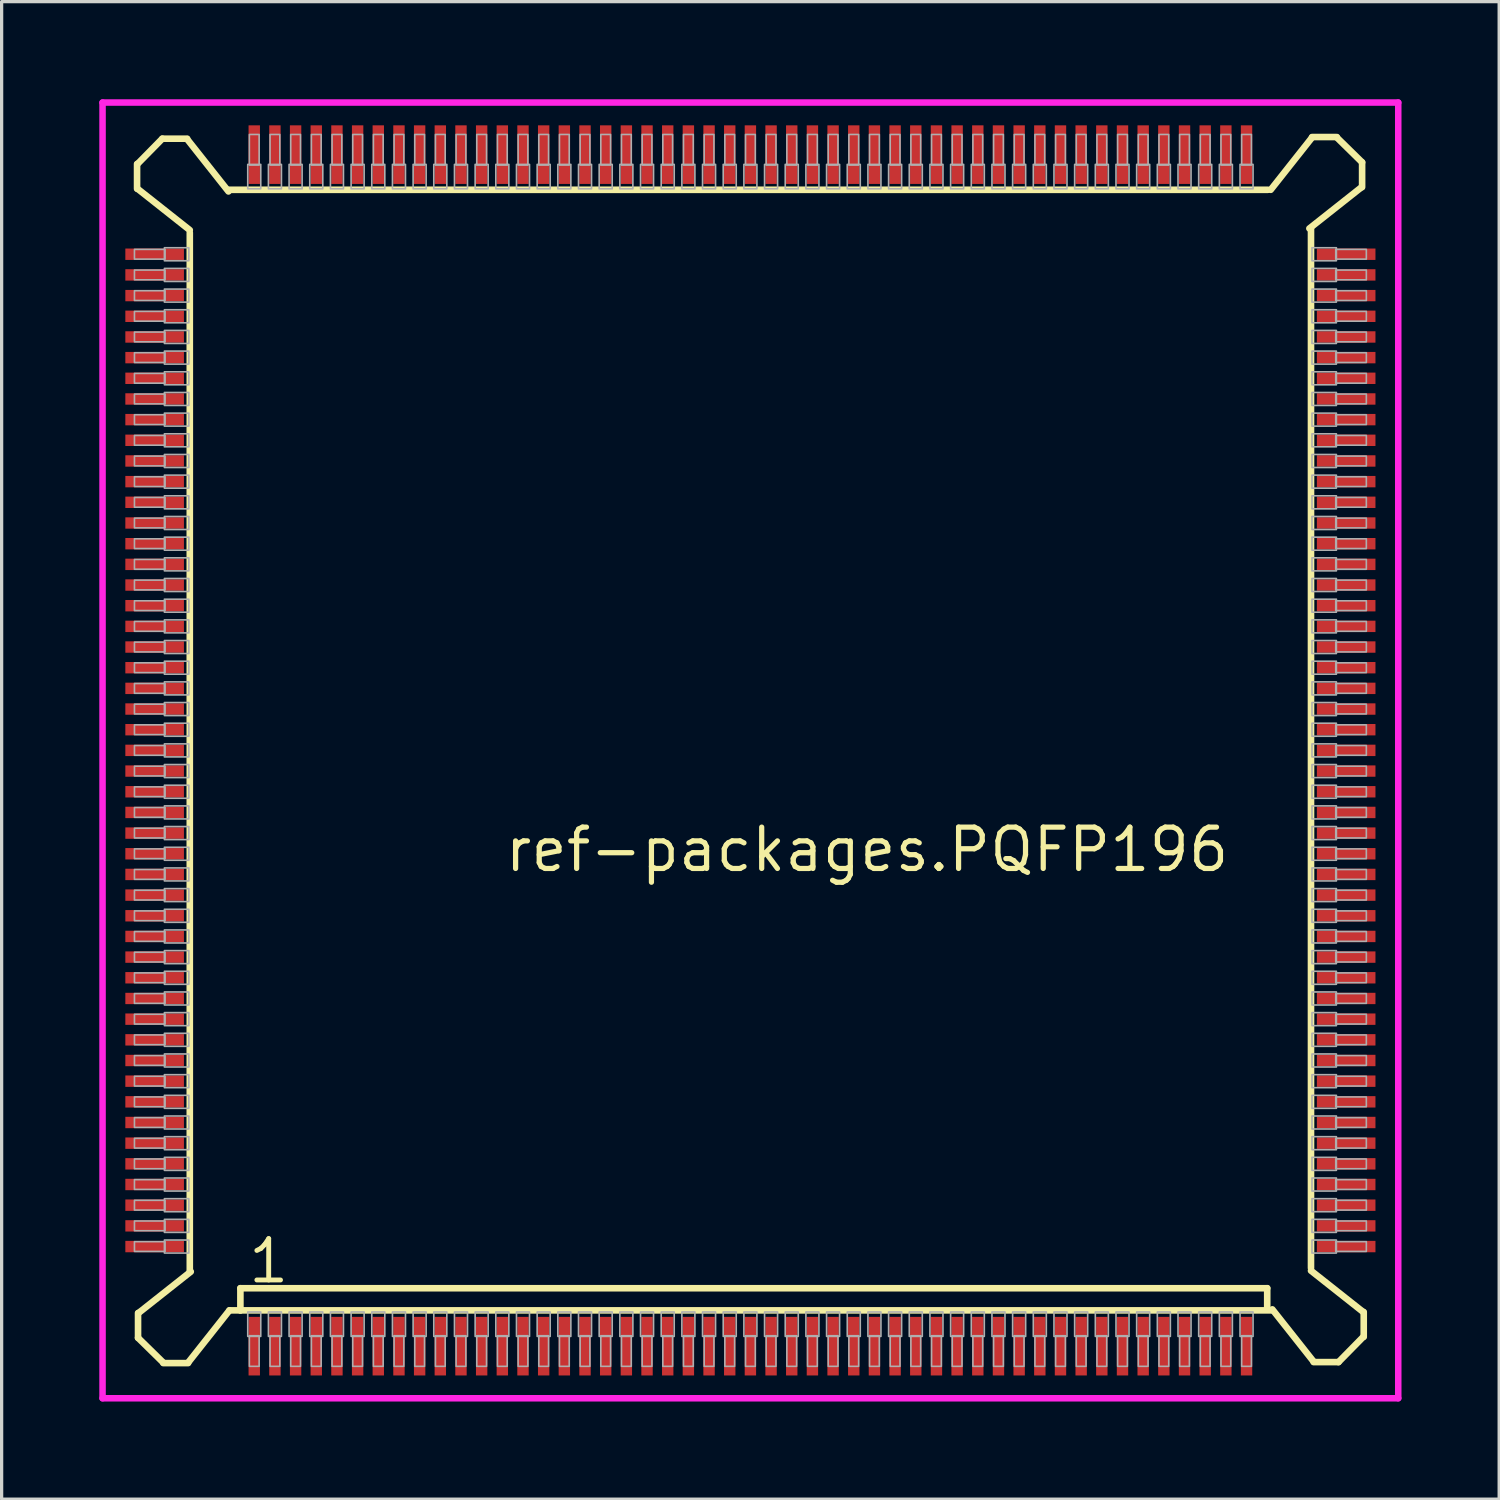
<source format=kicad_pcb>
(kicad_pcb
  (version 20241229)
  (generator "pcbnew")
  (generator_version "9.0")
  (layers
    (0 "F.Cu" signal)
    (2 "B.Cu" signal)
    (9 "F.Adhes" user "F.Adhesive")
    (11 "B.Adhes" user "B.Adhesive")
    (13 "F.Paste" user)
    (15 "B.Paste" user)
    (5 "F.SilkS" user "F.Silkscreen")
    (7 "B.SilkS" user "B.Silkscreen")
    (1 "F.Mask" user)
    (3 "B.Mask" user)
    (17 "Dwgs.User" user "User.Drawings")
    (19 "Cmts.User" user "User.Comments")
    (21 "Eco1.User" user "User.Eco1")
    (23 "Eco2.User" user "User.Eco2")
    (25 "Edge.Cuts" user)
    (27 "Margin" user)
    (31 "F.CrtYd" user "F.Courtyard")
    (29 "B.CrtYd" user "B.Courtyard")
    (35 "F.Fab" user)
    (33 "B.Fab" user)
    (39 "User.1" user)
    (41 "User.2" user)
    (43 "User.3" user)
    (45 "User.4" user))
  (footprint "ref-packages.PQFP196"
    (layer "F.Cu")
    (at 20 20)
    (property "Reference" "ref-packages.PQFP196" (at -7.62 3.79 0) (layer "F.SilkS") (effects (font (size 1.27 1.27) (thickness 0.16)) (justify left bottom)))
    (attr smd)
    (fp_line (start -18.84 -18.014) (end -18.84 -17.252) (stroke (width 0.203) (type default)) (layer "F.SilkS"))
    (fp_line (start -18.826 -17.252) (end -17.22 -15.982) (stroke (width 0.203) (type default)) (layer "F.SilkS"))
    (fp_line (start -18.81 17.282) (end -18.81 18.044) (stroke (width 0.203) (type default)) (layer "F.SilkS"))
    (fp_line (start -18.81 18.044) (end -18.034 18.806) (stroke (width 0.203) (type default)) (layer "F.SilkS"))
    (fp_line (start -18.064 -18.79) (end -18.826 -18.014) (stroke (width 0.203) (type default)) (layer "F.SilkS"))
    (fp_line (start -18.034 18.82) (end -17.272 18.82) (stroke (width 0.203) (type default)) (layer "F.SilkS"))
    (fp_line (start -17.302 -18.79) (end -18.064 -18.79) (stroke (width 0.203) (type default)) (layer "F.SilkS"))
    (fp_line (start -17.272 18.806) (end -16.002 17.2) (stroke (width 0.203) (type default)) (layer "F.SilkS"))
    (fp_line (start -17.22 -15.9) (end -17.22 16.022) (stroke (width 0.203) (type default)) (layer "F.SilkS"))
    (fp_line (start -17.19 16.012) (end -18.796 17.282) (stroke (width 0.203) (type default)) (layer "F.SilkS"))
    (fp_line (start -16.032 -17.17) (end -17.302 -18.776) (stroke (width 0.203) (type default)) (layer "F.SilkS"))
    (fp_line (start -16.002 17.2) (end -15.666 17.2) (stroke (width 0.203) (type default)) (layer "F.SilkS"))
    (fp_line (start -15.666 16.52) (end 15.875 16.52) (stroke (width 0.203) (type default)) (layer "F.SilkS"))
    (fp_line (start -15.666 17.2) (end -15.666 16.52) (stroke (width 0.203) (type default)) (layer "F.SilkS"))
    (fp_line (start -15.666 17.2) (end 16.002 17.2) (stroke (width 0.203) (type default)) (layer "F.SilkS"))
    (fp_line (start 15.875 16.52) (end 15.875 17.155) (stroke (width 0.203) (type default)) (layer "F.SilkS"))
    (fp_line (start 15.9 -17.22) (end -16.022 -17.22) (stroke (width 0.203) (type default)) (layer "F.SilkS"))
    (fp_line (start 16.032 17.17) (end 17.302 18.776) (stroke (width 0.203) (type default)) (layer "F.SilkS"))
    (fp_line (start 17.17 -16.032) (end 18.776 -17.302) (stroke (width 0.203) (type default)) (layer "F.SilkS"))
    (fp_line (start 17.22 15.9) (end 17.22 -16.022) (stroke (width 0.203) (type default)) (layer "F.SilkS"))
    (fp_line (start 17.252 -18.826) (end 15.982 -17.22) (stroke (width 0.203) (type default)) (layer "F.SilkS"))
    (fp_line (start 17.302 18.79) (end 18.064 18.79) (stroke (width 0.203) (type default)) (layer "F.SilkS"))
    (fp_line (start 18.014 -18.84) (end 17.252 -18.84) (stroke (width 0.203) (type default)) (layer "F.SilkS"))
    (fp_line (start 18.064 18.79) (end 18.826 18.014) (stroke (width 0.203) (type default)) (layer "F.SilkS"))
    (fp_line (start 18.79 -18.064) (end 18.014 -18.826) (stroke (width 0.203) (type default)) (layer "F.SilkS"))
    (fp_line (start 18.79 -17.302) (end 18.79 -18.064) (stroke (width 0.203) (type default)) (layer "F.SilkS"))
    (fp_line (start 18.826 17.252) (end 17.22 15.982) (stroke (width 0.203) (type default)) (layer "F.SilkS"))
    (fp_line (start 18.84 18.014) (end 18.84 17.252) (stroke (width 0.203) (type default)) (layer "F.SilkS"))
    (fp_line (start -19.9 -19.9) (end 19.9 -19.9) (stroke (width 0.2) (type default)) (layer "F.CrtYd"))
    (fp_line (start -19.9 19.9) (end -19.9 -19.9) (stroke (width 0.2) (type default)) (layer "F.CrtYd"))
    (fp_line (start 19.9 -19.9) (end 19.9 19.9) (stroke (width 0.2) (type default)) (layer "F.CrtYd"))
    (fp_line (start 19.9 19.9) (end -19.9 19.9) (stroke (width 0.2) (type default)) (layer "F.CrtYd"))
    (fp_rect (start -18.92 -15.09) (end -17.98 -15.39) (stroke (width 0.05) (type default)) (fill no) (layer "F.Fab"))
    (fp_rect (start -18.92 -14.455) (end -17.98 -14.755) (stroke (width 0.05) (type default)) (fill no) (layer "F.Fab"))
    (fp_rect (start -18.92 -13.82) (end -17.98 -14.12) (stroke (width 0.05) (type default)) (fill no) (layer "F.Fab"))
    (fp_rect (start -18.92 -13.185) (end -17.98 -13.485) (stroke (width 0.05) (type default)) (fill no) (layer "F.Fab"))
    (fp_rect (start -18.92 -12.55) (end -17.98 -12.85) (stroke (width 0.05) (type default)) (fill no) (layer "F.Fab"))
    (fp_rect (start -18.92 -11.915) (end -17.98 -12.215) (stroke (width 0.05) (type default)) (fill no) (layer "F.Fab"))
    (fp_rect (start -18.92 -11.28) (end -17.98 -11.58) (stroke (width 0.05) (type default)) (fill no) (layer "F.Fab"))
    (fp_rect (start -18.92 -10.645) (end -17.98 -10.945) (stroke (width 0.05) (type default)) (fill no) (layer "F.Fab"))
    (fp_rect (start -18.92 -10.01) (end -17.98 -10.31) (stroke (width 0.05) (type default)) (fill no) (layer "F.Fab"))
    (fp_rect (start -18.92 -9.375) (end -17.98 -9.675) (stroke (width 0.05) (type default)) (fill no) (layer "F.Fab"))
    (fp_rect (start -18.92 -8.74) (end -17.98 -9.04) (stroke (width 0.05) (type default)) (fill no) (layer "F.Fab"))
    (fp_rect (start -18.92 -8.105) (end -17.98 -8.405) (stroke (width 0.05) (type default)) (fill no) (layer "F.Fab"))
    (fp_rect (start -18.92 -7.47) (end -17.98 -7.77) (stroke (width 0.05) (type default)) (fill no) (layer "F.Fab"))
    (fp_rect (start -18.92 -6.835) (end -17.98 -7.135) (stroke (width 0.05) (type default)) (fill no) (layer "F.Fab"))
    (fp_rect (start -18.92 -6.2) (end -17.98 -6.5) (stroke (width 0.05) (type default)) (fill no) (layer "F.Fab"))
    (fp_rect (start -18.92 -5.565) (end -17.98 -5.865) (stroke (width 0.05) (type default)) (fill no) (layer "F.Fab"))
    (fp_rect (start -18.92 -4.93) (end -17.98 -5.23) (stroke (width 0.05) (type default)) (fill no) (layer "F.Fab"))
    (fp_rect (start -18.92 -4.295) (end -17.98 -4.595) (stroke (width 0.05) (type default)) (fill no) (layer "F.Fab"))
    (fp_rect (start -18.92 -3.66) (end -17.98 -3.96) (stroke (width 0.05) (type default)) (fill no) (layer "F.Fab"))
    (fp_rect (start -18.92 -3.025) (end -17.98 -3.325) (stroke (width 0.05) (type default)) (fill no) (layer "F.Fab"))
    (fp_rect (start -18.92 -2.39) (end -17.98 -2.69) (stroke (width 0.05) (type default)) (fill no) (layer "F.Fab"))
    (fp_rect (start -18.92 -1.755) (end -17.98 -2.055) (stroke (width 0.05) (type default)) (fill no) (layer "F.Fab"))
    (fp_rect (start -18.92 -1.12) (end -17.98 -1.42) (stroke (width 0.05) (type default)) (fill no) (layer "F.Fab"))
    (fp_rect (start -18.92 -0.485) (end -17.98 -0.785) (stroke (width 0.05) (type default)) (fill no) (layer "F.Fab"))
    (fp_rect (start -18.92 0.15) (end -17.98 -0.15) (stroke (width 0.05) (type default)) (fill no) (layer "F.Fab"))
    (fp_rect (start -18.92 0.785) (end -17.98 0.485) (stroke (width 0.05) (type default)) (fill no) (layer "F.Fab"))
    (fp_rect (start -18.92 1.42) (end -17.98 1.12) (stroke (width 0.05) (type default)) (fill no) (layer "F.Fab"))
    (fp_rect (start -18.92 2.055) (end -17.98 1.755) (stroke (width 0.05) (type default)) (fill no) (layer "F.Fab"))
    (fp_rect (start -18.92 2.69) (end -17.98 2.39) (stroke (width 0.05) (type default)) (fill no) (layer "F.Fab"))
    (fp_rect (start -18.92 3.325) (end -17.98 3.025) (stroke (width 0.05) (type default)) (fill no) (layer "F.Fab"))
    (fp_rect (start -18.92 3.96) (end -17.98 3.66) (stroke (width 0.05) (type default)) (fill no) (layer "F.Fab"))
    (fp_rect (start -18.92 4.595) (end -17.98 4.295) (stroke (width 0.05) (type default)) (fill no) (layer "F.Fab"))
    (fp_rect (start -18.92 5.23) (end -17.98 4.93) (stroke (width 0.05) (type default)) (fill no) (layer "F.Fab"))
    (fp_rect (start -18.92 5.865) (end -17.98 5.565) (stroke (width 0.05) (type default)) (fill no) (layer "F.Fab"))
    (fp_rect (start -18.92 6.5) (end -17.98 6.2) (stroke (width 0.05) (type default)) (fill no) (layer "F.Fab"))
    (fp_rect (start -18.92 7.135) (end -17.98 6.835) (stroke (width 0.05) (type default)) (fill no) (layer "F.Fab"))
    (fp_rect (start -18.92 7.77) (end -17.98 7.47) (stroke (width 0.05) (type default)) (fill no) (layer "F.Fab"))
    (fp_rect (start -18.92 8.405) (end -17.98 8.105) (stroke (width 0.05) (type default)) (fill no) (layer "F.Fab"))
    (fp_rect (start -18.92 9.04) (end -17.98 8.74) (stroke (width 0.05) (type default)) (fill no) (layer "F.Fab"))
    (fp_rect (start -18.92 9.675) (end -17.98 9.375) (stroke (width 0.05) (type default)) (fill no) (layer "F.Fab"))
    (fp_rect (start -18.92 10.31) (end -17.98 10.01) (stroke (width 0.05) (type default)) (fill no) (layer "F.Fab"))
    (fp_rect (start -18.92 10.945) (end -17.98 10.645) (stroke (width 0.05) (type default)) (fill no) (layer "F.Fab"))
    (fp_rect (start -18.92 11.58) (end -17.98 11.28) (stroke (width 0.05) (type default)) (fill no) (layer "F.Fab"))
    (fp_rect (start -18.92 12.215) (end -17.98 11.915) (stroke (width 0.05) (type default)) (fill no) (layer "F.Fab"))
    (fp_rect (start -18.92 12.85) (end -17.98 12.55) (stroke (width 0.05) (type default)) (fill no) (layer "F.Fab"))
    (fp_rect (start -18.92 13.485) (end -17.98 13.185) (stroke (width 0.05) (type default)) (fill no) (layer "F.Fab"))
    (fp_rect (start -18.92 14.12) (end -17.98 13.82) (stroke (width 0.05) (type default)) (fill no) (layer "F.Fab"))
    (fp_rect (start -18.92 14.755) (end -17.98 14.455) (stroke (width 0.05) (type default)) (fill no) (layer "F.Fab"))
    (fp_rect (start -18.92 15.39) (end -17.98 15.09) (stroke (width 0.05) (type default)) (fill no) (layer "F.Fab"))
    (fp_rect (start -18 -15.04) (end -17.25 -15.44) (stroke (width 0.05) (type default)) (fill no) (layer "F.Fab"))
    (fp_rect (start -18 -14.405) (end -17.25 -14.805) (stroke (width 0.05) (type default)) (fill no) (layer "F.Fab"))
    (fp_rect (start -18 -13.77) (end -17.25 -14.17) (stroke (width 0.05) (type default)) (fill no) (layer "F.Fab"))
    (fp_rect (start -18 -13.135) (end -17.25 -13.535) (stroke (width 0.05) (type default)) (fill no) (layer "F.Fab"))
    (fp_rect (start -18 -12.5) (end -17.25 -12.9) (stroke (width 0.05) (type default)) (fill no) (layer "F.Fab"))
    (fp_rect (start -18 -11.865) (end -17.25 -12.265) (stroke (width 0.05) (type default)) (fill no) (layer "F.Fab"))
    (fp_rect (start -18 -11.23) (end -17.25 -11.63) (stroke (width 0.05) (type default)) (fill no) (layer "F.Fab"))
    (fp_rect (start -18 -10.595) (end -17.25 -10.995) (stroke (width 0.05) (type default)) (fill no) (layer "F.Fab"))
    (fp_rect (start -18 -9.96) (end -17.25 -10.36) (stroke (width 0.05) (type default)) (fill no) (layer "F.Fab"))
    (fp_rect (start -18 -9.325) (end -17.25 -9.725) (stroke (width 0.05) (type default)) (fill no) (layer "F.Fab"))
    (fp_rect (start -18 -8.69) (end -17.25 -9.09) (stroke (width 0.05) (type default)) (fill no) (layer "F.Fab"))
    (fp_rect (start -18 -8.055) (end -17.25 -8.455) (stroke (width 0.05) (type default)) (fill no) (layer "F.Fab"))
    (fp_rect (start -18 -7.42) (end -17.25 -7.82) (stroke (width 0.05) (type default)) (fill no) (layer "F.Fab"))
    (fp_rect (start -18 -6.785) (end -17.25 -7.185) (stroke (width 0.05) (type default)) (fill no) (layer "F.Fab"))
    (fp_rect (start -18 -6.15) (end -17.25 -6.55) (stroke (width 0.05) (type default)) (fill no) (layer "F.Fab"))
    (fp_rect (start -18 -5.515) (end -17.25 -5.915) (stroke (width 0.05) (type default)) (fill no) (layer "F.Fab"))
    (fp_rect (start -18 -4.88) (end -17.25 -5.28) (stroke (width 0.05) (type default)) (fill no) (layer "F.Fab"))
    (fp_rect (start -18 -4.245) (end -17.25 -4.645) (stroke (width 0.05) (type default)) (fill no) (layer "F.Fab"))
    (fp_rect (start -18 -3.61) (end -17.25 -4.01) (stroke (width 0.05) (type default)) (fill no) (layer "F.Fab"))
    (fp_rect (start -18 -2.975) (end -17.25 -3.375) (stroke (width 0.05) (type default)) (fill no) (layer "F.Fab"))
    (fp_rect (start -18 -2.34) (end -17.25 -2.74) (stroke (width 0.05) (type default)) (fill no) (layer "F.Fab"))
    (fp_rect (start -18 -1.705) (end -17.25 -2.105) (stroke (width 0.05) (type default)) (fill no) (layer "F.Fab"))
    (fp_rect (start -18 -1.07) (end -17.25 -1.47) (stroke (width 0.05) (type default)) (fill no) (layer "F.Fab"))
    (fp_rect (start -18 -0.435) (end -17.25 -0.835) (stroke (width 0.05) (type default)) (fill no) (layer "F.Fab"))
    (fp_rect (start -18 0.2) (end -17.25 -0.2) (stroke (width 0.05) (type default)) (fill no) (layer "F.Fab"))
    (fp_rect (start -18 0.835) (end -17.25 0.435) (stroke (width 0.05) (type default)) (fill no) (layer "F.Fab"))
    (fp_rect (start -18 1.47) (end -17.25 1.07) (stroke (width 0.05) (type default)) (fill no) (layer "F.Fab"))
    (fp_rect (start -18 2.105) (end -17.25 1.705) (stroke (width 0.05) (type default)) (fill no) (layer "F.Fab"))
    (fp_rect (start -18 2.74) (end -17.25 2.34) (stroke (width 0.05) (type default)) (fill no) (layer "F.Fab"))
    (fp_rect (start -18 3.375) (end -17.25 2.975) (stroke (width 0.05) (type default)) (fill no) (layer "F.Fab"))
    (fp_rect (start -18 4.01) (end -17.25 3.61) (stroke (width 0.05) (type default)) (fill no) (layer "F.Fab"))
    (fp_rect (start -18 4.645) (end -17.25 4.245) (stroke (width 0.05) (type default)) (fill no) (layer "F.Fab"))
    (fp_rect (start -18 5.28) (end -17.25 4.88) (stroke (width 0.05) (type default)) (fill no) (layer "F.Fab"))
    (fp_rect (start -18 5.915) (end -17.25 5.515) (stroke (width 0.05) (type default)) (fill no) (layer "F.Fab"))
    (fp_rect (start -18 6.55) (end -17.25 6.15) (stroke (width 0.05) (type default)) (fill no) (layer "F.Fab"))
    (fp_rect (start -18 7.185) (end -17.25 6.785) (stroke (width 0.05) (type default)) (fill no) (layer "F.Fab"))
    (fp_rect (start -18 7.82) (end -17.25 7.42) (stroke (width 0.05) (type default)) (fill no) (layer "F.Fab"))
    (fp_rect (start -18 8.455) (end -17.25 8.055) (stroke (width 0.05) (type default)) (fill no) (layer "F.Fab"))
    (fp_rect (start -18 9.09) (end -17.25 8.69) (stroke (width 0.05) (type default)) (fill no) (layer "F.Fab"))
    (fp_rect (start -18 9.725) (end -17.25 9.325) (stroke (width 0.05) (type default)) (fill no) (layer "F.Fab"))
    (fp_rect (start -18 10.36) (end -17.25 9.96) (stroke (width 0.05) (type default)) (fill no) (layer "F.Fab"))
    (fp_rect (start -18 10.995) (end -17.25 10.595) (stroke (width 0.05) (type default)) (fill no) (layer "F.Fab"))
    (fp_rect (start -18 11.63) (end -17.25 11.23) (stroke (width 0.05) (type default)) (fill no) (layer "F.Fab"))
    (fp_rect (start -18 12.265) (end -17.25 11.865) (stroke (width 0.05) (type default)) (fill no) (layer "F.Fab"))
    (fp_rect (start -18 12.9) (end -17.25 12.5) (stroke (width 0.05) (type default)) (fill no) (layer "F.Fab"))
    (fp_rect (start -18 13.535) (end -17.25 13.135) (stroke (width 0.05) (type default)) (fill no) (layer "F.Fab"))
    (fp_rect (start -18 14.17) (end -17.25 13.77) (stroke (width 0.05) (type default)) (fill no) (layer "F.Fab"))
    (fp_rect (start -18 14.805) (end -17.25 14.405) (stroke (width 0.05) (type default)) (fill no) (layer "F.Fab"))
    (fp_rect (start -18 15.44) (end -17.25 15.04) (stroke (width 0.05) (type default)) (fill no) (layer "F.Fab"))
    (fp_rect (start -15.44 -17.25) (end -15.04 -18) (stroke (width 0.05) (type default)) (fill no) (layer "F.Fab"))
    (fp_rect (start -15.44 18) (end -15.04 17.25) (stroke (width 0.05) (type default)) (fill no) (layer "F.Fab"))
    (fp_rect (start -15.39 -17.98) (end -15.09 -18.92) (stroke (width 0.05) (type default)) (fill no) (layer "F.Fab"))
    (fp_rect (start -15.39 18.92) (end -15.09 17.98) (stroke (width 0.05) (type default)) (fill no) (layer "F.Fab"))
    (fp_rect (start -14.805 -17.25) (end -14.405 -18) (stroke (width 0.05) (type default)) (fill no) (layer "F.Fab"))
    (fp_rect (start -14.805 18) (end -14.405 17.25) (stroke (width 0.05) (type default)) (fill no) (layer "F.Fab"))
    (fp_rect (start -14.755 -17.98) (end -14.455 -18.92) (stroke (width 0.05) (type default)) (fill no) (layer "F.Fab"))
    (fp_rect (start -14.755 18.92) (end -14.455 17.98) (stroke (width 0.05) (type default)) (fill no) (layer "F.Fab"))
    (fp_rect (start -14.17 -17.25) (end -13.77 -18) (stroke (width 0.05) (type default)) (fill no) (layer "F.Fab"))
    (fp_rect (start -14.17 18) (end -13.77 17.25) (stroke (width 0.05) (type default)) (fill no) (layer "F.Fab"))
    (fp_rect (start -14.12 -17.98) (end -13.82 -18.92) (stroke (width 0.05) (type default)) (fill no) (layer "F.Fab"))
    (fp_rect (start -14.12 18.92) (end -13.82 17.98) (stroke (width 0.05) (type default)) (fill no) (layer "F.Fab"))
    (fp_rect (start -13.535 -17.25) (end -13.135 -18) (stroke (width 0.05) (type default)) (fill no) (layer "F.Fab"))
    (fp_rect (start -13.535 18) (end -13.135 17.25) (stroke (width 0.05) (type default)) (fill no) (layer "F.Fab"))
    (fp_rect (start -13.485 -17.98) (end -13.185 -18.92) (stroke (width 0.05) (type default)) (fill no) (layer "F.Fab"))
    (fp_rect (start -13.485 18.92) (end -13.185 17.98) (stroke (width 0.05) (type default)) (fill no) (layer "F.Fab"))
    (fp_rect (start -12.9 -17.25) (end -12.5 -18) (stroke (width 0.05) (type default)) (fill no) (layer "F.Fab"))
    (fp_rect (start -12.9 18) (end -12.5 17.25) (stroke (width 0.05) (type default)) (fill no) (layer "F.Fab"))
    (fp_rect (start -12.85 -17.98) (end -12.55 -18.92) (stroke (width 0.05) (type default)) (fill no) (layer "F.Fab"))
    (fp_rect (start -12.85 18.92) (end -12.55 17.98) (stroke (width 0.05) (type default)) (fill no) (layer "F.Fab"))
    (fp_rect (start -12.265 -17.25) (end -11.865 -18) (stroke (width 0.05) (type default)) (fill no) (layer "F.Fab"))
    (fp_rect (start -12.265 18) (end -11.865 17.25) (stroke (width 0.05) (type default)) (fill no) (layer "F.Fab"))
    (fp_rect (start -12.215 -17.98) (end -11.915 -18.92) (stroke (width 0.05) (type default)) (fill no) (layer "F.Fab"))
    (fp_rect (start -12.215 18.92) (end -11.915 17.98) (stroke (width 0.05) (type default)) (fill no) (layer "F.Fab"))
    (fp_rect (start -11.63 -17.25) (end -11.23 -18) (stroke (width 0.05) (type default)) (fill no) (layer "F.Fab"))
    (fp_rect (start -11.63 18) (end -11.23 17.25) (stroke (width 0.05) (type default)) (fill no) (layer "F.Fab"))
    (fp_rect (start -11.58 -17.98) (end -11.28 -18.92) (stroke (width 0.05) (type default)) (fill no) (layer "F.Fab"))
    (fp_rect (start -11.58 18.92) (end -11.28 17.98) (stroke (width 0.05) (type default)) (fill no) (layer "F.Fab"))
    (fp_rect (start -10.995 -17.25) (end -10.595 -18) (stroke (width 0.05) (type default)) (fill no) (layer "F.Fab"))
    (fp_rect (start -10.995 18) (end -10.595 17.25) (stroke (width 0.05) (type default)) (fill no) (layer "F.Fab"))
    (fp_rect (start -10.945 -17.98) (end -10.645 -18.92) (stroke (width 0.05) (type default)) (fill no) (layer "F.Fab"))
    (fp_rect (start -10.945 18.92) (end -10.645 17.98) (stroke (width 0.05) (type default)) (fill no) (layer "F.Fab"))
    (fp_rect (start -10.36 -17.25) (end -9.96 -18) (stroke (width 0.05) (type default)) (fill no) (layer "F.Fab"))
    (fp_rect (start -10.36 18) (end -9.96 17.25) (stroke (width 0.05) (type default)) (fill no) (layer "F.Fab"))
    (fp_rect (start -10.31 -17.98) (end -10.01 -18.92) (stroke (width 0.05) (type default)) (fill no) (layer "F.Fab"))
    (fp_rect (start -10.31 18.92) (end -10.01 17.98) (stroke (width 0.05) (type default)) (fill no) (layer "F.Fab"))
    (fp_rect (start -9.725 -17.25) (end -9.325 -18) (stroke (width 0.05) (type default)) (fill no) (layer "F.Fab"))
    (fp_rect (start -9.725 18) (end -9.325 17.25) (stroke (width 0.05) (type default)) (fill no) (layer "F.Fab"))
    (fp_rect (start -9.675 -17.98) (end -9.375 -18.92) (stroke (width 0.05) (type default)) (fill no) (layer "F.Fab"))
    (fp_rect (start -9.675 18.92) (end -9.375 17.98) (stroke (width 0.05) (type default)) (fill no) (layer "F.Fab"))
    (fp_rect (start -9.09 -17.25) (end -8.69 -18) (stroke (width 0.05) (type default)) (fill no) (layer "F.Fab"))
    (fp_rect (start -9.09 18) (end -8.69 17.25) (stroke (width 0.05) (type default)) (fill no) (layer "F.Fab"))
    (fp_rect (start -9.04 -17.98) (end -8.74 -18.92) (stroke (width 0.05) (type default)) (fill no) (layer "F.Fab"))
    (fp_rect (start -9.04 18.92) (end -8.74 17.98) (stroke (width 0.05) (type default)) (fill no) (layer "F.Fab"))
    (fp_rect (start -8.455 -17.25) (end -8.055 -18) (stroke (width 0.05) (type default)) (fill no) (layer "F.Fab"))
    (fp_rect (start -8.455 18) (end -8.055 17.25) (stroke (width 0.05) (type default)) (fill no) (layer "F.Fab"))
    (fp_rect (start -8.405 -17.98) (end -8.105 -18.92) (stroke (width 0.05) (type default)) (fill no) (layer "F.Fab"))
    (fp_rect (start -8.405 18.92) (end -8.105 17.98) (stroke (width 0.05) (type default)) (fill no) (layer "F.Fab"))
    (fp_rect (start -7.82 -17.25) (end -7.42 -18) (stroke (width 0.05) (type default)) (fill no) (layer "F.Fab"))
    (fp_rect (start -7.82 18) (end -7.42 17.25) (stroke (width 0.05) (type default)) (fill no) (layer "F.Fab"))
    (fp_rect (start -7.77 -17.98) (end -7.47 -18.92) (stroke (width 0.05) (type default)) (fill no) (layer "F.Fab"))
    (fp_rect (start -7.77 18.92) (end -7.47 17.98) (stroke (width 0.05) (type default)) (fill no) (layer "F.Fab"))
    (fp_rect (start -7.185 -17.25) (end -6.785 -18) (stroke (width 0.05) (type default)) (fill no) (layer "F.Fab"))
    (fp_rect (start -7.185 18) (end -6.785 17.25) (stroke (width 0.05) (type default)) (fill no) (layer "F.Fab"))
    (fp_rect (start -7.135 -17.98) (end -6.835 -18.92) (stroke (width 0.05) (type default)) (fill no) (layer "F.Fab"))
    (fp_rect (start -7.135 18.92) (end -6.835 17.98) (stroke (width 0.05) (type default)) (fill no) (layer "F.Fab"))
    (fp_rect (start -6.55 -17.25) (end -6.15 -18) (stroke (width 0.05) (type default)) (fill no) (layer "F.Fab"))
    (fp_rect (start -6.55 18) (end -6.15 17.25) (stroke (width 0.05) (type default)) (fill no) (layer "F.Fab"))
    (fp_rect (start -6.5 -17.98) (end -6.2 -18.92) (stroke (width 0.05) (type default)) (fill no) (layer "F.Fab"))
    (fp_rect (start -6.5 18.92) (end -6.2 17.98) (stroke (width 0.05) (type default)) (fill no) (layer "F.Fab"))
    (fp_rect (start -5.915 -17.25) (end -5.515 -18) (stroke (width 0.05) (type default)) (fill no) (layer "F.Fab"))
    (fp_rect (start -5.915 18) (end -5.515 17.25) (stroke (width 0.05) (type default)) (fill no) (layer "F.Fab"))
    (fp_rect (start -5.865 -17.98) (end -5.565 -18.92) (stroke (width 0.05) (type default)) (fill no) (layer "F.Fab"))
    (fp_rect (start -5.865 18.92) (end -5.565 17.98) (stroke (width 0.05) (type default)) (fill no) (layer "F.Fab"))
    (fp_rect (start -5.28 -17.25) (end -4.88 -18) (stroke (width 0.05) (type default)) (fill no) (layer "F.Fab"))
    (fp_rect (start -5.28 18) (end -4.88 17.25) (stroke (width 0.05) (type default)) (fill no) (layer "F.Fab"))
    (fp_rect (start -5.23 -17.98) (end -4.93 -18.92) (stroke (width 0.05) (type default)) (fill no) (layer "F.Fab"))
    (fp_rect (start -5.23 18.92) (end -4.93 17.98) (stroke (width 0.05) (type default)) (fill no) (layer "F.Fab"))
    (fp_rect (start -4.645 -17.25) (end -4.245 -18) (stroke (width 0.05) (type default)) (fill no) (layer "F.Fab"))
    (fp_rect (start -4.645 18) (end -4.245 17.25) (stroke (width 0.05) (type default)) (fill no) (layer "F.Fab"))
    (fp_rect (start -4.595 -17.98) (end -4.295 -18.92) (stroke (width 0.05) (type default)) (fill no) (layer "F.Fab"))
    (fp_rect (start -4.595 18.92) (end -4.295 17.98) (stroke (width 0.05) (type default)) (fill no) (layer "F.Fab"))
    (fp_rect (start -4.01 -17.25) (end -3.61 -18) (stroke (width 0.05) (type default)) (fill no) (layer "F.Fab"))
    (fp_rect (start -4.01 18) (end -3.61 17.25) (stroke (width 0.05) (type default)) (fill no) (layer "F.Fab"))
    (fp_rect (start -3.96 -17.98) (end -3.66 -18.92) (stroke (width 0.05) (type default)) (fill no) (layer "F.Fab"))
    (fp_rect (start -3.96 18.92) (end -3.66 17.98) (stroke (width 0.05) (type default)) (fill no) (layer "F.Fab"))
    (fp_rect (start -3.375 -17.25) (end -2.975 -18) (stroke (width 0.05) (type default)) (fill no) (layer "F.Fab"))
    (fp_rect (start -3.375 18) (end -2.975 17.25) (stroke (width 0.05) (type default)) (fill no) (layer "F.Fab"))
    (fp_rect (start -3.325 -17.98) (end -3.025 -18.92) (stroke (width 0.05) (type default)) (fill no) (layer "F.Fab"))
    (fp_rect (start -3.325 18.92) (end -3.025 17.98) (stroke (width 0.05) (type default)) (fill no) (layer "F.Fab"))
    (fp_rect (start -2.74 -17.25) (end -2.34 -18) (stroke (width 0.05) (type default)) (fill no) (layer "F.Fab"))
    (fp_rect (start -2.74 18) (end -2.34 17.25) (stroke (width 0.05) (type default)) (fill no) (layer "F.Fab"))
    (fp_rect (start -2.69 -17.98) (end -2.39 -18.92) (stroke (width 0.05) (type default)) (fill no) (layer "F.Fab"))
    (fp_rect (start -2.69 18.92) (end -2.39 17.98) (stroke (width 0.05) (type default)) (fill no) (layer "F.Fab"))
    (fp_rect (start -2.105 -17.25) (end -1.705 -18) (stroke (width 0.05) (type default)) (fill no) (layer "F.Fab"))
    (fp_rect (start -2.105 18) (end -1.705 17.25) (stroke (width 0.05) (type default)) (fill no) (layer "F.Fab"))
    (fp_rect (start -2.055 -17.98) (end -1.755 -18.92) (stroke (width 0.05) (type default)) (fill no) (layer "F.Fab"))
    (fp_rect (start -2.055 18.92) (end -1.755 17.98) (stroke (width 0.05) (type default)) (fill no) (layer "F.Fab"))
    (fp_rect (start -1.47 -17.25) (end -1.07 -18) (stroke (width 0.05) (type default)) (fill no) (layer "F.Fab"))
    (fp_rect (start -1.47 18) (end -1.07 17.25) (stroke (width 0.05) (type default)) (fill no) (layer "F.Fab"))
    (fp_rect (start -1.42 -17.98) (end -1.12 -18.92) (stroke (width 0.05) (type default)) (fill no) (layer "F.Fab"))
    (fp_rect (start -1.42 18.92) (end -1.12 17.98) (stroke (width 0.05) (type default)) (fill no) (layer "F.Fab"))
    (fp_rect (start -0.835 -17.25) (end -0.435 -18) (stroke (width 0.05) (type default)) (fill no) (layer "F.Fab"))
    (fp_rect (start -0.835 18) (end -0.435 17.25) (stroke (width 0.05) (type default)) (fill no) (layer "F.Fab"))
    (fp_rect (start -0.785 -17.98) (end -0.485 -18.92) (stroke (width 0.05) (type default)) (fill no) (layer "F.Fab"))
    (fp_rect (start -0.785 18.92) (end -0.485 17.98) (stroke (width 0.05) (type default)) (fill no) (layer "F.Fab"))
    (fp_rect (start -0.2 -17.25) (end 0.2 -18) (stroke (width 0.05) (type default)) (fill no) (layer "F.Fab"))
    (fp_rect (start -0.2 18) (end 0.2 17.25) (stroke (width 0.05) (type default)) (fill no) (layer "F.Fab"))
    (fp_rect (start -0.15 -17.98) (end 0.15 -18.92) (stroke (width 0.05) (type default)) (fill no) (layer "F.Fab"))
    (fp_rect (start -0.15 18.92) (end 0.15 17.98) (stroke (width 0.05) (type default)) (fill no) (layer "F.Fab"))
    (fp_rect (start 0.435 -17.25) (end 0.835 -18) (stroke (width 0.05) (type default)) (fill no) (layer "F.Fab"))
    (fp_rect (start 0.435 18) (end 0.835 17.25) (stroke (width 0.05) (type default)) (fill no) (layer "F.Fab"))
    (fp_rect (start 0.485 -17.98) (end 0.785 -18.92) (stroke (width 0.05) (type default)) (fill no) (layer "F.Fab"))
    (fp_rect (start 0.485 18.92) (end 0.785 17.98) (stroke (width 0.05) (type default)) (fill no) (layer "F.Fab"))
    (fp_rect (start 1.07 -17.25) (end 1.47 -18) (stroke (width 0.05) (type default)) (fill no) (layer "F.Fab"))
    (fp_rect (start 1.07 18) (end 1.47 17.25) (stroke (width 0.05) (type default)) (fill no) (layer "F.Fab"))
    (fp_rect (start 1.12 -17.98) (end 1.42 -18.92) (stroke (width 0.05) (type default)) (fill no) (layer "F.Fab"))
    (fp_rect (start 1.12 18.92) (end 1.42 17.98) (stroke (width 0.05) (type default)) (fill no) (layer "F.Fab"))
    (fp_rect (start 1.705 -17.25) (end 2.105 -18) (stroke (width 0.05) (type default)) (fill no) (layer "F.Fab"))
    (fp_rect (start 1.705 18) (end 2.105 17.25) (stroke (width 0.05) (type default)) (fill no) (layer "F.Fab"))
    (fp_rect (start 1.755 -17.98) (end 2.055 -18.92) (stroke (width 0.05) (type default)) (fill no) (layer "F.Fab"))
    (fp_rect (start 1.755 18.92) (end 2.055 17.98) (stroke (width 0.05) (type default)) (fill no) (layer "F.Fab"))
    (fp_rect (start 2.34 -17.25) (end 2.74 -18) (stroke (width 0.05) (type default)) (fill no) (layer "F.Fab"))
    (fp_rect (start 2.34 18) (end 2.74 17.25) (stroke (width 0.05) (type default)) (fill no) (layer "F.Fab"))
    (fp_rect (start 2.39 -17.98) (end 2.69 -18.92) (stroke (width 0.05) (type default)) (fill no) (layer "F.Fab"))
    (fp_rect (start 2.39 18.92) (end 2.69 17.98) (stroke (width 0.05) (type default)) (fill no) (layer "F.Fab"))
    (fp_rect (start 2.975 -17.25) (end 3.375 -18) (stroke (width 0.05) (type default)) (fill no) (layer "F.Fab"))
    (fp_rect (start 2.975 18) (end 3.375 17.25) (stroke (width 0.05) (type default)) (fill no) (layer "F.Fab"))
    (fp_rect (start 3.025 -17.98) (end 3.325 -18.92) (stroke (width 0.05) (type default)) (fill no) (layer "F.Fab"))
    (fp_rect (start 3.025 18.92) (end 3.325 17.98) (stroke (width 0.05) (type default)) (fill no) (layer "F.Fab"))
    (fp_rect (start 3.61 -17.25) (end 4.01 -18) (stroke (width 0.05) (type default)) (fill no) (layer "F.Fab"))
    (fp_rect (start 3.61 18) (end 4.01 17.25) (stroke (width 0.05) (type default)) (fill no) (layer "F.Fab"))
    (fp_rect (start 3.66 -17.98) (end 3.96 -18.92) (stroke (width 0.05) (type default)) (fill no) (layer "F.Fab"))
    (fp_rect (start 3.66 18.92) (end 3.96 17.98) (stroke (width 0.05) (type default)) (fill no) (layer "F.Fab"))
    (fp_rect (start 4.245 -17.25) (end 4.645 -18) (stroke (width 0.05) (type default)) (fill no) (layer "F.Fab"))
    (fp_rect (start 4.245 18) (end 4.645 17.25) (stroke (width 0.05) (type default)) (fill no) (layer "F.Fab"))
    (fp_rect (start 4.295 -17.98) (end 4.595 -18.92) (stroke (width 0.05) (type default)) (fill no) (layer "F.Fab"))
    (fp_rect (start 4.295 18.92) (end 4.595 17.98) (stroke (width 0.05) (type default)) (fill no) (layer "F.Fab"))
    (fp_rect (start 4.88 -17.25) (end 5.28 -18) (stroke (width 0.05) (type default)) (fill no) (layer "F.Fab"))
    (fp_rect (start 4.88 18) (end 5.28 17.25) (stroke (width 0.05) (type default)) (fill no) (layer "F.Fab"))
    (fp_rect (start 4.93 -17.98) (end 5.23 -18.92) (stroke (width 0.05) (type default)) (fill no) (layer "F.Fab"))
    (fp_rect (start 4.93 18.92) (end 5.23 17.98) (stroke (width 0.05) (type default)) (fill no) (layer "F.Fab"))
    (fp_rect (start 5.515 -17.25) (end 5.915 -18) (stroke (width 0.05) (type default)) (fill no) (layer "F.Fab"))
    (fp_rect (start 5.515 18) (end 5.915 17.25) (stroke (width 0.05) (type default)) (fill no) (layer "F.Fab"))
    (fp_rect (start 5.565 -17.98) (end 5.865 -18.92) (stroke (width 0.05) (type default)) (fill no) (layer "F.Fab"))
    (fp_rect (start 5.565 18.92) (end 5.865 17.98) (stroke (width 0.05) (type default)) (fill no) (layer "F.Fab"))
    (fp_rect (start 6.15 -17.25) (end 6.55 -18) (stroke (width 0.05) (type default)) (fill no) (layer "F.Fab"))
    (fp_rect (start 6.15 18) (end 6.55 17.25) (stroke (width 0.05) (type default)) (fill no) (layer "F.Fab"))
    (fp_rect (start 6.2 -17.98) (end 6.5 -18.92) (stroke (width 0.05) (type default)) (fill no) (layer "F.Fab"))
    (fp_rect (start 6.2 18.92) (end 6.5 17.98) (stroke (width 0.05) (type default)) (fill no) (layer "F.Fab"))
    (fp_rect (start 6.785 -17.25) (end 7.185 -18) (stroke (width 0.05) (type default)) (fill no) (layer "F.Fab"))
    (fp_rect (start 6.785 18) (end 7.185 17.25) (stroke (width 0.05) (type default)) (fill no) (layer "F.Fab"))
    (fp_rect (start 6.835 -17.98) (end 7.135 -18.92) (stroke (width 0.05) (type default)) (fill no) (layer "F.Fab"))
    (fp_rect (start 6.835 18.92) (end 7.135 17.98) (stroke (width 0.05) (type default)) (fill no) (layer "F.Fab"))
    (fp_rect (start 7.42 -17.25) (end 7.82 -18) (stroke (width 0.05) (type default)) (fill no) (layer "F.Fab"))
    (fp_rect (start 7.42 18) (end 7.82 17.25) (stroke (width 0.05) (type default)) (fill no) (layer "F.Fab"))
    (fp_rect (start 7.47 -17.98) (end 7.77 -18.92) (stroke (width 0.05) (type default)) (fill no) (layer "F.Fab"))
    (fp_rect (start 7.47 18.92) (end 7.77 17.98) (stroke (width 0.05) (type default)) (fill no) (layer "F.Fab"))
    (fp_rect (start 8.055 -17.25) (end 8.455 -18) (stroke (width 0.05) (type default)) (fill no) (layer "F.Fab"))
    (fp_rect (start 8.055 18) (end 8.455 17.25) (stroke (width 0.05) (type default)) (fill no) (layer "F.Fab"))
    (fp_rect (start 8.105 -17.98) (end 8.405 -18.92) (stroke (width 0.05) (type default)) (fill no) (layer "F.Fab"))
    (fp_rect (start 8.105 18.92) (end 8.405 17.98) (stroke (width 0.05) (type default)) (fill no) (layer "F.Fab"))
    (fp_rect (start 8.69 -17.25) (end 9.09 -18) (stroke (width 0.05) (type default)) (fill no) (layer "F.Fab"))
    (fp_rect (start 8.69 18) (end 9.09 17.25) (stroke (width 0.05) (type default)) (fill no) (layer "F.Fab"))
    (fp_rect (start 8.74 -17.98) (end 9.04 -18.92) (stroke (width 0.05) (type default)) (fill no) (layer "F.Fab"))
    (fp_rect (start 8.74 18.92) (end 9.04 17.98) (stroke (width 0.05) (type default)) (fill no) (layer "F.Fab"))
    (fp_rect (start 9.325 -17.25) (end 9.725 -18) (stroke (width 0.05) (type default)) (fill no) (layer "F.Fab"))
    (fp_rect (start 9.325 18) (end 9.725 17.25) (stroke (width 0.05) (type default)) (fill no) (layer "F.Fab"))
    (fp_rect (start 9.375 -17.98) (end 9.675 -18.92) (stroke (width 0.05) (type default)) (fill no) (layer "F.Fab"))
    (fp_rect (start 9.375 18.92) (end 9.675 17.98) (stroke (width 0.05) (type default)) (fill no) (layer "F.Fab"))
    (fp_rect (start 9.96 -17.25) (end 10.36 -18) (stroke (width 0.05) (type default)) (fill no) (layer "F.Fab"))
    (fp_rect (start 9.96 18) (end 10.36 17.25) (stroke (width 0.05) (type default)) (fill no) (layer "F.Fab"))
    (fp_rect (start 10.01 -17.98) (end 10.31 -18.92) (stroke (width 0.05) (type default)) (fill no) (layer "F.Fab"))
    (fp_rect (start 10.01 18.92) (end 10.31 17.98) (stroke (width 0.05) (type default)) (fill no) (layer "F.Fab"))
    (fp_rect (start 10.595 -17.25) (end 10.995 -18) (stroke (width 0.05) (type default)) (fill no) (layer "F.Fab"))
    (fp_rect (start 10.595 18) (end 10.995 17.25) (stroke (width 0.05) (type default)) (fill no) (layer "F.Fab"))
    (fp_rect (start 10.645 -17.98) (end 10.945 -18.92) (stroke (width 0.05) (type default)) (fill no) (layer "F.Fab"))
    (fp_rect (start 10.645 18.92) (end 10.945 17.98) (stroke (width 0.05) (type default)) (fill no) (layer "F.Fab"))
    (fp_rect (start 11.23 -17.25) (end 11.63 -18) (stroke (width 0.05) (type default)) (fill no) (layer "F.Fab"))
    (fp_rect (start 11.23 18) (end 11.63 17.25) (stroke (width 0.05) (type default)) (fill no) (layer "F.Fab"))
    (fp_rect (start 11.28 -17.98) (end 11.58 -18.92) (stroke (width 0.05) (type default)) (fill no) (layer "F.Fab"))
    (fp_rect (start 11.28 18.92) (end 11.58 17.98) (stroke (width 0.05) (type default)) (fill no) (layer "F.Fab"))
    (fp_rect (start 11.865 -17.25) (end 12.265 -18) (stroke (width 0.05) (type default)) (fill no) (layer "F.Fab"))
    (fp_rect (start 11.865 18) (end 12.265 17.25) (stroke (width 0.05) (type default)) (fill no) (layer "F.Fab"))
    (fp_rect (start 11.915 -17.98) (end 12.215 -18.92) (stroke (width 0.05) (type default)) (fill no) (layer "F.Fab"))
    (fp_rect (start 11.915 18.92) (end 12.215 17.98) (stroke (width 0.05) (type default)) (fill no) (layer "F.Fab"))
    (fp_rect (start 12.5 -17.25) (end 12.9 -18) (stroke (width 0.05) (type default)) (fill no) (layer "F.Fab"))
    (fp_rect (start 12.5 18) (end 12.9 17.25) (stroke (width 0.05) (type default)) (fill no) (layer "F.Fab"))
    (fp_rect (start 12.55 -17.98) (end 12.85 -18.92) (stroke (width 0.05) (type default)) (fill no) (layer "F.Fab"))
    (fp_rect (start 12.55 18.92) (end 12.85 17.98) (stroke (width 0.05) (type default)) (fill no) (layer "F.Fab"))
    (fp_rect (start 13.135 -17.25) (end 13.535 -18) (stroke (width 0.05) (type default)) (fill no) (layer "F.Fab"))
    (fp_rect (start 13.135 18) (end 13.535 17.25) (stroke (width 0.05) (type default)) (fill no) (layer "F.Fab"))
    (fp_rect (start 13.185 -17.98) (end 13.485 -18.92) (stroke (width 0.05) (type default)) (fill no) (layer "F.Fab"))
    (fp_rect (start 13.185 18.92) (end 13.485 17.98) (stroke (width 0.05) (type default)) (fill no) (layer "F.Fab"))
    (fp_rect (start 13.77 -17.25) (end 14.17 -18) (stroke (width 0.05) (type default)) (fill no) (layer "F.Fab"))
    (fp_rect (start 13.77 18) (end 14.17 17.25) (stroke (width 0.05) (type default)) (fill no) (layer "F.Fab"))
    (fp_rect (start 13.82 -17.98) (end 14.12 -18.92) (stroke (width 0.05) (type default)) (fill no) (layer "F.Fab"))
    (fp_rect (start 13.82 18.92) (end 14.12 17.98) (stroke (width 0.05) (type default)) (fill no) (layer "F.Fab"))
    (fp_rect (start 14.405 -17.25) (end 14.805 -18) (stroke (width 0.05) (type default)) (fill no) (layer "F.Fab"))
    (fp_rect (start 14.405 18) (end 14.805 17.25) (stroke (width 0.05) (type default)) (fill no) (layer "F.Fab"))
    (fp_rect (start 14.455 -17.98) (end 14.755 -18.92) (stroke (width 0.05) (type default)) (fill no) (layer "F.Fab"))
    (fp_rect (start 14.455 18.92) (end 14.755 17.98) (stroke (width 0.05) (type default)) (fill no) (layer "F.Fab"))
    (fp_rect (start 15.04 -17.25) (end 15.44 -18) (stroke (width 0.05) (type default)) (fill no) (layer "F.Fab"))
    (fp_rect (start 15.04 18) (end 15.44 17.25) (stroke (width 0.05) (type default)) (fill no) (layer "F.Fab"))
    (fp_rect (start 15.09 -17.98) (end 15.39 -18.92) (stroke (width 0.05) (type default)) (fill no) (layer "F.Fab"))
    (fp_rect (start 15.09 18.92) (end 15.39 17.98) (stroke (width 0.05) (type default)) (fill no) (layer "F.Fab"))
    (fp_rect (start 17.25 -15.04) (end 18 -15.44) (stroke (width 0.05) (type default)) (fill no) (layer "F.Fab"))
    (fp_rect (start 17.25 -14.405) (end 18 -14.805) (stroke (width 0.05) (type default)) (fill no) (layer "F.Fab"))
    (fp_rect (start 17.25 -13.77) (end 18 -14.17) (stroke (width 0.05) (type default)) (fill no) (layer "F.Fab"))
    (fp_rect (start 17.25 -13.135) (end 18 -13.535) (stroke (width 0.05) (type default)) (fill no) (layer "F.Fab"))
    (fp_rect (start 17.25 -12.5) (end 18 -12.9) (stroke (width 0.05) (type default)) (fill no) (layer "F.Fab"))
    (fp_rect (start 17.25 -11.865) (end 18 -12.265) (stroke (width 0.05) (type default)) (fill no) (layer "F.Fab"))
    (fp_rect (start 17.25 -11.23) (end 18 -11.63) (stroke (width 0.05) (type default)) (fill no) (layer "F.Fab"))
    (fp_rect (start 17.25 -10.595) (end 18 -10.995) (stroke (width 0.05) (type default)) (fill no) (layer "F.Fab"))
    (fp_rect (start 17.25 -9.96) (end 18 -10.36) (stroke (width 0.05) (type default)) (fill no) (layer "F.Fab"))
    (fp_rect (start 17.25 -9.325) (end 18 -9.725) (stroke (width 0.05) (type default)) (fill no) (layer "F.Fab"))
    (fp_rect (start 17.25 -8.69) (end 18 -9.09) (stroke (width 0.05) (type default)) (fill no) (layer "F.Fab"))
    (fp_rect (start 17.25 -8.055) (end 18 -8.455) (stroke (width 0.05) (type default)) (fill no) (layer "F.Fab"))
    (fp_rect (start 17.25 -7.42) (end 18 -7.82) (stroke (width 0.05) (type default)) (fill no) (layer "F.Fab"))
    (fp_rect (start 17.25 -6.785) (end 18 -7.185) (stroke (width 0.05) (type default)) (fill no) (layer "F.Fab"))
    (fp_rect (start 17.25 -6.15) (end 18 -6.55) (stroke (width 0.05) (type default)) (fill no) (layer "F.Fab"))
    (fp_rect (start 17.25 -5.515) (end 18 -5.915) (stroke (width 0.05) (type default)) (fill no) (layer "F.Fab"))
    (fp_rect (start 17.25 -4.88) (end 18 -5.28) (stroke (width 0.05) (type default)) (fill no) (layer "F.Fab"))
    (fp_rect (start 17.25 -4.245) (end 18 -4.645) (stroke (width 0.05) (type default)) (fill no) (layer "F.Fab"))
    (fp_rect (start 17.25 -3.61) (end 18 -4.01) (stroke (width 0.05) (type default)) (fill no) (layer "F.Fab"))
    (fp_rect (start 17.25 -2.975) (end 18 -3.375) (stroke (width 0.05) (type default)) (fill no) (layer "F.Fab"))
    (fp_rect (start 17.25 -2.34) (end 18 -2.74) (stroke (width 0.05) (type default)) (fill no) (layer "F.Fab"))
    (fp_rect (start 17.25 -1.705) (end 18 -2.105) (stroke (width 0.05) (type default)) (fill no) (layer "F.Fab"))
    (fp_rect (start 17.25 -1.07) (end 18 -1.47) (stroke (width 0.05) (type default)) (fill no) (layer "F.Fab"))
    (fp_rect (start 17.25 -0.435) (end 18 -0.835) (stroke (width 0.05) (type default)) (fill no) (layer "F.Fab"))
    (fp_rect (start 17.25 0.2) (end 18 -0.2) (stroke (width 0.05) (type default)) (fill no) (layer "F.Fab"))
    (fp_rect (start 17.25 0.835) (end 18 0.435) (stroke (width 0.05) (type default)) (fill no) (layer "F.Fab"))
    (fp_rect (start 17.25 1.47) (end 18 1.07) (stroke (width 0.05) (type default)) (fill no) (layer "F.Fab"))
    (fp_rect (start 17.25 2.105) (end 18 1.705) (stroke (width 0.05) (type default)) (fill no) (layer "F.Fab"))
    (fp_rect (start 17.25 2.74) (end 18 2.34) (stroke (width 0.05) (type default)) (fill no) (layer "F.Fab"))
    (fp_rect (start 17.25 3.375) (end 18 2.975) (stroke (width 0.05) (type default)) (fill no) (layer "F.Fab"))
    (fp_rect (start 17.25 4.01) (end 18 3.61) (stroke (width 0.05) (type default)) (fill no) (layer "F.Fab"))
    (fp_rect (start 17.25 4.645) (end 18 4.245) (stroke (width 0.05) (type default)) (fill no) (layer "F.Fab"))
    (fp_rect (start 17.25 5.28) (end 18 4.88) (stroke (width 0.05) (type default)) (fill no) (layer "F.Fab"))
    (fp_rect (start 17.25 5.915) (end 18 5.515) (stroke (width 0.05) (type default)) (fill no) (layer "F.Fab"))
    (fp_rect (start 17.25 6.55) (end 18 6.15) (stroke (width 0.05) (type default)) (fill no) (layer "F.Fab"))
    (fp_rect (start 17.25 7.185) (end 18 6.785) (stroke (width 0.05) (type default)) (fill no) (layer "F.Fab"))
    (fp_rect (start 17.25 7.82) (end 18 7.42) (stroke (width 0.05) (type default)) (fill no) (layer "F.Fab"))
    (fp_rect (start 17.25 8.455) (end 18 8.055) (stroke (width 0.05) (type default)) (fill no) (layer "F.Fab"))
    (fp_rect (start 17.25 9.09) (end 18 8.69) (stroke (width 0.05) (type default)) (fill no) (layer "F.Fab"))
    (fp_rect (start 17.25 9.725) (end 18 9.325) (stroke (width 0.05) (type default)) (fill no) (layer "F.Fab"))
    (fp_rect (start 17.25 10.36) (end 18 9.96) (stroke (width 0.05) (type default)) (fill no) (layer "F.Fab"))
    (fp_rect (start 17.25 10.995) (end 18 10.595) (stroke (width 0.05) (type default)) (fill no) (layer "F.Fab"))
    (fp_rect (start 17.25 11.63) (end 18 11.23) (stroke (width 0.05) (type default)) (fill no) (layer "F.Fab"))
    (fp_rect (start 17.25 12.265) (end 18 11.865) (stroke (width 0.05) (type default)) (fill no) (layer "F.Fab"))
    (fp_rect (start 17.25 12.9) (end 18 12.5) (stroke (width 0.05) (type default)) (fill no) (layer "F.Fab"))
    (fp_rect (start 17.25 13.535) (end 18 13.135) (stroke (width 0.05) (type default)) (fill no) (layer "F.Fab"))
    (fp_rect (start 17.25 14.17) (end 18 13.77) (stroke (width 0.05) (type default)) (fill no) (layer "F.Fab"))
    (fp_rect (start 17.25 14.805) (end 18 14.405) (stroke (width 0.05) (type default)) (fill no) (layer "F.Fab"))
    (fp_rect (start 17.25 15.44) (end 18 15.04) (stroke (width 0.05) (type default)) (fill no) (layer "F.Fab"))
    (fp_rect (start 17.98 -15.09) (end 18.92 -15.39) (stroke (width 0.05) (type default)) (fill no) (layer "F.Fab"))
    (fp_rect (start 17.98 -14.455) (end 18.92 -14.755) (stroke (width 0.05) (type default)) (fill no) (layer "F.Fab"))
    (fp_rect (start 17.98 -13.82) (end 18.92 -14.12) (stroke (width 0.05) (type default)) (fill no) (layer "F.Fab"))
    (fp_rect (start 17.98 -13.185) (end 18.92 -13.485) (stroke (width 0.05) (type default)) (fill no) (layer "F.Fab"))
    (fp_rect (start 17.98 -12.55) (end 18.92 -12.85) (stroke (width 0.05) (type default)) (fill no) (layer "F.Fab"))
    (fp_rect (start 17.98 -11.915) (end 18.92 -12.215) (stroke (width 0.05) (type default)) (fill no) (layer "F.Fab"))
    (fp_rect (start 17.98 -11.28) (end 18.92 -11.58) (stroke (width 0.05) (type default)) (fill no) (layer "F.Fab"))
    (fp_rect (start 17.98 -10.645) (end 18.92 -10.945) (stroke (width 0.05) (type default)) (fill no) (layer "F.Fab"))
    (fp_rect (start 17.98 -10.01) (end 18.92 -10.31) (stroke (width 0.05) (type default)) (fill no) (layer "F.Fab"))
    (fp_rect (start 17.98 -9.375) (end 18.92 -9.675) (stroke (width 0.05) (type default)) (fill no) (layer "F.Fab"))
    (fp_rect (start 17.98 -8.74) (end 18.92 -9.04) (stroke (width 0.05) (type default)) (fill no) (layer "F.Fab"))
    (fp_rect (start 17.98 -8.105) (end 18.92 -8.405) (stroke (width 0.05) (type default)) (fill no) (layer "F.Fab"))
    (fp_rect (start 17.98 -7.47) (end 18.92 -7.77) (stroke (width 0.05) (type default)) (fill no) (layer "F.Fab"))
    (fp_rect (start 17.98 -6.835) (end 18.92 -7.135) (stroke (width 0.05) (type default)) (fill no) (layer "F.Fab"))
    (fp_rect (start 17.98 -6.2) (end 18.92 -6.5) (stroke (width 0.05) (type default)) (fill no) (layer "F.Fab"))
    (fp_rect (start 17.98 -5.565) (end 18.92 -5.865) (stroke (width 0.05) (type default)) (fill no) (layer "F.Fab"))
    (fp_rect (start 17.98 -4.93) (end 18.92 -5.23) (stroke (width 0.05) (type default)) (fill no) (layer "F.Fab"))
    (fp_rect (start 17.98 -4.295) (end 18.92 -4.595) (stroke (width 0.05) (type default)) (fill no) (layer "F.Fab"))
    (fp_rect (start 17.98 -3.66) (end 18.92 -3.96) (stroke (width 0.05) (type default)) (fill no) (layer "F.Fab"))
    (fp_rect (start 17.98 -3.025) (end 18.92 -3.325) (stroke (width 0.05) (type default)) (fill no) (layer "F.Fab"))
    (fp_rect (start 17.98 -2.39) (end 18.92 -2.69) (stroke (width 0.05) (type default)) (fill no) (layer "F.Fab"))
    (fp_rect (start 17.98 -1.755) (end 18.92 -2.055) (stroke (width 0.05) (type default)) (fill no) (layer "F.Fab"))
    (fp_rect (start 17.98 -1.12) (end 18.92 -1.42) (stroke (width 0.05) (type default)) (fill no) (layer "F.Fab"))
    (fp_rect (start 17.98 -0.485) (end 18.92 -0.785) (stroke (width 0.05) (type default)) (fill no) (layer "F.Fab"))
    (fp_rect (start 17.98 0.15) (end 18.92 -0.15) (stroke (width 0.05) (type default)) (fill no) (layer "F.Fab"))
    (fp_rect (start 17.98 0.785) (end 18.92 0.485) (stroke (width 0.05) (type default)) (fill no) (layer "F.Fab"))
    (fp_rect (start 17.98 1.42) (end 18.92 1.12) (stroke (width 0.05) (type default)) (fill no) (layer "F.Fab"))
    (fp_rect (start 17.98 2.055) (end 18.92 1.755) (stroke (width 0.05) (type default)) (fill no) (layer "F.Fab"))
    (fp_rect (start 17.98 2.69) (end 18.92 2.39) (stroke (width 0.05) (type default)) (fill no) (layer "F.Fab"))
    (fp_rect (start 17.98 3.325) (end 18.92 3.025) (stroke (width 0.05) (type default)) (fill no) (layer "F.Fab"))
    (fp_rect (start 17.98 3.96) (end 18.92 3.66) (stroke (width 0.05) (type default)) (fill no) (layer "F.Fab"))
    (fp_rect (start 17.98 4.595) (end 18.92 4.295) (stroke (width 0.05) (type default)) (fill no) (layer "F.Fab"))
    (fp_rect (start 17.98 5.23) (end 18.92 4.93) (stroke (width 0.05) (type default)) (fill no) (layer "F.Fab"))
    (fp_rect (start 17.98 5.865) (end 18.92 5.565) (stroke (width 0.05) (type default)) (fill no) (layer "F.Fab"))
    (fp_rect (start 17.98 6.5) (end 18.92 6.2) (stroke (width 0.05) (type default)) (fill no) (layer "F.Fab"))
    (fp_rect (start 17.98 7.135) (end 18.92 6.835) (stroke (width 0.05) (type default)) (fill no) (layer "F.Fab"))
    (fp_rect (start 17.98 7.77) (end 18.92 7.47) (stroke (width 0.05) (type default)) (fill no) (layer "F.Fab"))
    (fp_rect (start 17.98 8.405) (end 18.92 8.105) (stroke (width 0.05) (type default)) (fill no) (layer "F.Fab"))
    (fp_rect (start 17.98 9.04) (end 18.92 8.74) (stroke (width 0.05) (type default)) (fill no) (layer "F.Fab"))
    (fp_rect (start 17.98 9.675) (end 18.92 9.375) (stroke (width 0.05) (type default)) (fill no) (layer "F.Fab"))
    (fp_rect (start 17.98 10.31) (end 18.92 10.01) (stroke (width 0.05) (type default)) (fill no) (layer "F.Fab"))
    (fp_rect (start 17.98 10.945) (end 18.92 10.645) (stroke (width 0.05) (type default)) (fill no) (layer "F.Fab"))
    (fp_rect (start 17.98 11.58) (end 18.92 11.28) (stroke (width 0.05) (type default)) (fill no) (layer "F.Fab"))
    (fp_rect (start 17.98 12.215) (end 18.92 11.915) (stroke (width 0.05) (type default)) (fill no) (layer "F.Fab"))
    (fp_rect (start 17.98 12.85) (end 18.92 12.55) (stroke (width 0.05) (type default)) (fill no) (layer "F.Fab"))
    (fp_rect (start 17.98 13.485) (end 18.92 13.185) (stroke (width 0.05) (type default)) (fill no) (layer "F.Fab"))
    (fp_rect (start 17.98 14.12) (end 18.92 13.82) (stroke (width 0.05) (type default)) (fill no) (layer "F.Fab"))
    (fp_rect (start 17.98 14.755) (end 18.92 14.455) (stroke (width 0.05) (type default)) (fill no) (layer "F.Fab"))
    (fp_rect (start 17.98 15.39) (end 18.92 15.09) (stroke (width 0.05) (type default)) (fill no) (layer "F.Fab"))
    (fp_text user "1" (at -15.5 16.43 0) (layer "F.SilkS") (effects (font (size 1.27 1.27) (thickness 0.15)) (justify left bottom)))
    (pad "1" smd roundrect (at -15.24 18.3) (size 0.35 1.8) (layers "F.Cu" "F.Mask" "F.Paste") (roundrect_rratio 0.01))
    (pad "2" smd roundrect (at -14.605 18.3) (size 0.35 1.8) (layers "F.Cu" "F.Mask" "F.Paste") (roundrect_rratio 0.01))
    (pad "3" smd roundrect (at -13.97 18.3) (size 0.35 1.8) (layers "F.Cu" "F.Mask" "F.Paste") (roundrect_rratio 0.01))
    (pad "4" smd roundrect (at -13.335 18.3) (size 0.35 1.8) (layers "F.Cu" "F.Mask" "F.Paste") (roundrect_rratio 0.01))
    (pad "5" smd roundrect (at -12.7 18.3) (size 0.35 1.8) (layers "F.Cu" "F.Mask" "F.Paste") (roundrect_rratio 0.01))
    (pad "6" smd roundrect (at -12.065 18.3) (size 0.35 1.8) (layers "F.Cu" "F.Mask" "F.Paste") (roundrect_rratio 0.01))
    (pad "7" smd roundrect (at -11.43 18.3) (size 0.35 1.8) (layers "F.Cu" "F.Mask" "F.Paste") (roundrect_rratio 0.01))
    (pad "8" smd roundrect (at -10.795 18.3) (size 0.35 1.8) (layers "F.Cu" "F.Mask" "F.Paste") (roundrect_rratio 0.01))
    (pad "9" smd roundrect (at -10.16 18.3) (size 0.35 1.8) (layers "F.Cu" "F.Mask" "F.Paste") (roundrect_rratio 0.01))
    (pad "10" smd roundrect (at -9.525 18.3) (size 0.35 1.8) (layers "F.Cu" "F.Mask" "F.Paste") (roundrect_rratio 0.01))
    (pad "11" smd roundrect (at -8.89 18.3) (size 0.35 1.8) (layers "F.Cu" "F.Mask" "F.Paste") (roundrect_rratio 0.01))
    (pad "12" smd roundrect (at -8.255 18.3) (size 0.35 1.8) (layers "F.Cu" "F.Mask" "F.Paste") (roundrect_rratio 0.01))
    (pad "13" smd roundrect (at -7.62 18.3) (size 0.35 1.8) (layers "F.Cu" "F.Mask" "F.Paste") (roundrect_rratio 0.01))
    (pad "14" smd roundrect (at -6.985 18.3) (size 0.35 1.8) (layers "F.Cu" "F.Mask" "F.Paste") (roundrect_rratio 0.01))
    (pad "15" smd roundrect (at -6.35 18.3) (size 0.35 1.8) (layers "F.Cu" "F.Mask" "F.Paste") (roundrect_rratio 0.01))
    (pad "16" smd roundrect (at -5.715 18.3) (size 0.35 1.8) (layers "F.Cu" "F.Mask" "F.Paste") (roundrect_rratio 0.01))
    (pad "17" smd roundrect (at -5.08 18.3) (size 0.35 1.8) (layers "F.Cu" "F.Mask" "F.Paste") (roundrect_rratio 0.01))
    (pad "18" smd roundrect (at -4.445 18.3) (size 0.35 1.8) (layers "F.Cu" "F.Mask" "F.Paste") (roundrect_rratio 0.01))
    (pad "19" smd roundrect (at -3.81 18.3) (size 0.35 1.8) (layers "F.Cu" "F.Mask" "F.Paste") (roundrect_rratio 0.01))
    (pad "20" smd roundrect (at -3.175 18.3) (size 0.35 1.8) (layers "F.Cu" "F.Mask" "F.Paste") (roundrect_rratio 0.01))
    (pad "21" smd roundrect (at -2.54 18.3) (size 0.35 1.8) (layers "F.Cu" "F.Mask" "F.Paste") (roundrect_rratio 0.01))
    (pad "22" smd roundrect (at -1.905 18.3) (size 0.35 1.8) (layers "F.Cu" "F.Mask" "F.Paste") (roundrect_rratio 0.01))
    (pad "23" smd roundrect (at -1.27 18.3) (size 0.35 1.8) (layers "F.Cu" "F.Mask" "F.Paste") (roundrect_rratio 0.01))
    (pad "24" smd roundrect (at -0.635 18.3) (size 0.35 1.8) (layers "F.Cu" "F.Mask" "F.Paste") (roundrect_rratio 0.01))
    (pad "25" smd roundrect (at 0 18.3) (size 0.35 1.8) (layers "F.Cu" "F.Mask" "F.Paste") (roundrect_rratio 0.01))
    (pad "26" smd roundrect (at 0.635 18.3) (size 0.35 1.8) (layers "F.Cu" "F.Mask" "F.Paste") (roundrect_rratio 0.01))
    (pad "27" smd roundrect (at 1.27 18.3) (size 0.35 1.8) (layers "F.Cu" "F.Mask" "F.Paste") (roundrect_rratio 0.01))
    (pad "28" smd roundrect (at 1.905 18.3) (size 0.35 1.8) (layers "F.Cu" "F.Mask" "F.Paste") (roundrect_rratio 0.01))
    (pad "29" smd roundrect (at 2.54 18.3) (size 0.35 1.8) (layers "F.Cu" "F.Mask" "F.Paste") (roundrect_rratio 0.01))
    (pad "30" smd roundrect (at 3.175 18.3) (size 0.35 1.8) (layers "F.Cu" "F.Mask" "F.Paste") (roundrect_rratio 0.01))
    (pad "31" smd roundrect (at 3.81 18.3) (size 0.35 1.8) (layers "F.Cu" "F.Mask" "F.Paste") (roundrect_rratio 0.01))
    (pad "32" smd roundrect (at 4.445 18.3) (size 0.35 1.8) (layers "F.Cu" "F.Mask" "F.Paste") (roundrect_rratio 0.01))
    (pad "33" smd roundrect (at 5.08 18.3) (size 0.35 1.8) (layers "F.Cu" "F.Mask" "F.Paste") (roundrect_rratio 0.01))
    (pad "34" smd roundrect (at 5.715 18.3) (size 0.35 1.8) (layers "F.Cu" "F.Mask" "F.Paste") (roundrect_rratio 0.01))
    (pad "35" smd roundrect (at 6.35 18.3) (size 0.35 1.8) (layers "F.Cu" "F.Mask" "F.Paste") (roundrect_rratio 0.01))
    (pad "36" smd roundrect (at 6.985 18.3) (size 0.35 1.8) (layers "F.Cu" "F.Mask" "F.Paste") (roundrect_rratio 0.01))
    (pad "37" smd roundrect (at 7.62 18.3) (size 0.35 1.8) (layers "F.Cu" "F.Mask" "F.Paste") (roundrect_rratio 0.01))
    (pad "38" smd roundrect (at 8.255 18.3) (size 0.35 1.8) (layers "F.Cu" "F.Mask" "F.Paste") (roundrect_rratio 0.01))
    (pad "39" smd roundrect (at 8.89 18.3) (size 0.35 1.8) (layers "F.Cu" "F.Mask" "F.Paste") (roundrect_rratio 0.01))
    (pad "40" smd roundrect (at 9.525 18.3) (size 0.35 1.8) (layers "F.Cu" "F.Mask" "F.Paste") (roundrect_rratio 0.01))
    (pad "41" smd roundrect (at 10.16 18.3) (size 0.35 1.8) (layers "F.Cu" "F.Mask" "F.Paste") (roundrect_rratio 0.01))
    (pad "42" smd roundrect (at 10.795 18.3) (size 0.35 1.8) (layers "F.Cu" "F.Mask" "F.Paste") (roundrect_rratio 0.01))
    (pad "43" smd roundrect (at 11.43 18.3) (size 0.35 1.8) (layers "F.Cu" "F.Mask" "F.Paste") (roundrect_rratio 0.01))
    (pad "44" smd roundrect (at 12.065 18.3) (size 0.35 1.8) (layers "F.Cu" "F.Mask" "F.Paste") (roundrect_rratio 0.01))
    (pad "45" smd roundrect (at 12.7 18.3) (size 0.35 1.8) (layers "F.Cu" "F.Mask" "F.Paste") (roundrect_rratio 0.01))
    (pad "46" smd roundrect (at 13.335 18.3) (size 0.35 1.8) (layers "F.Cu" "F.Mask" "F.Paste") (roundrect_rratio 0.01))
    (pad "47" smd roundrect (at 13.97 18.3) (size 0.35 1.8) (layers "F.Cu" "F.Mask" "F.Paste") (roundrect_rratio 0.01))
    (pad "48" smd roundrect (at 14.605 18.3) (size 0.35 1.8) (layers "F.Cu" "F.Mask" "F.Paste") (roundrect_rratio 0.01))
    (pad "49" smd roundrect (at 15.24 18.3) (size 0.35 1.8) (layers "F.Cu" "F.Mask" "F.Paste") (roundrect_rratio 0.01))
    (pad "50" smd roundrect (at 18.3 15.24) (size 1.8 0.35) (layers "F.Cu" "F.Mask" "F.Paste") (roundrect_rratio 0.01))
    (pad "51" smd roundrect (at 18.3 14.605) (size 1.8 0.35) (layers "F.Cu" "F.Mask" "F.Paste") (roundrect_rratio 0.01))
    (pad "52" smd roundrect (at 18.3 13.97) (size 1.8 0.35) (layers "F.Cu" "F.Mask" "F.Paste") (roundrect_rratio 0.01))
    (pad "53" smd roundrect (at 18.3 13.335) (size 1.8 0.35) (layers "F.Cu" "F.Mask" "F.Paste") (roundrect_rratio 0.01))
    (pad "54" smd roundrect (at 18.3 12.7) (size 1.8 0.35) (layers "F.Cu" "F.Mask" "F.Paste") (roundrect_rratio 0.01))
    (pad "55" smd roundrect (at 18.3 12.065) (size 1.8 0.35) (layers "F.Cu" "F.Mask" "F.Paste") (roundrect_rratio 0.01))
    (pad "56" smd roundrect (at 18.3 11.43) (size 1.8 0.35) (layers "F.Cu" "F.Mask" "F.Paste") (roundrect_rratio 0.01))
    (pad "57" smd roundrect (at 18.3 10.795) (size 1.8 0.35) (layers "F.Cu" "F.Mask" "F.Paste") (roundrect_rratio 0.01))
    (pad "58" smd roundrect (at 18.3 10.16) (size 1.8 0.35) (layers "F.Cu" "F.Mask" "F.Paste") (roundrect_rratio 0.01))
    (pad "59" smd roundrect (at 18.3 9.525) (size 1.8 0.35) (layers "F.Cu" "F.Mask" "F.Paste") (roundrect_rratio 0.01))
    (pad "60" smd roundrect (at 18.3 8.89) (size 1.8 0.35) (layers "F.Cu" "F.Mask" "F.Paste") (roundrect_rratio 0.01))
    (pad "61" smd roundrect (at 18.3 8.255) (size 1.8 0.35) (layers "F.Cu" "F.Mask" "F.Paste") (roundrect_rratio 0.01))
    (pad "62" smd roundrect (at 18.3 7.62) (size 1.8 0.35) (layers "F.Cu" "F.Mask" "F.Paste") (roundrect_rratio 0.01))
    (pad "63" smd roundrect (at 18.3 6.985) (size 1.8 0.35) (layers "F.Cu" "F.Mask" "F.Paste") (roundrect_rratio 0.01))
    (pad "64" smd roundrect (at 18.3 6.35) (size 1.8 0.35) (layers "F.Cu" "F.Mask" "F.Paste") (roundrect_rratio 0.01))
    (pad "65" smd roundrect (at 18.3 5.715) (size 1.8 0.35) (layers "F.Cu" "F.Mask" "F.Paste") (roundrect_rratio 0.01))
    (pad "66" smd roundrect (at 18.3 5.08) (size 1.8 0.35) (layers "F.Cu" "F.Mask" "F.Paste") (roundrect_rratio 0.01))
    (pad "67" smd roundrect (at 18.3 4.445) (size 1.8 0.35) (layers "F.Cu" "F.Mask" "F.Paste") (roundrect_rratio 0.01))
    (pad "68" smd roundrect (at 18.3 3.81) (size 1.8 0.35) (layers "F.Cu" "F.Mask" "F.Paste") (roundrect_rratio 0.01))
    (pad "69" smd roundrect (at 18.3 3.175) (size 1.8 0.35) (layers "F.Cu" "F.Mask" "F.Paste") (roundrect_rratio 0.01))
    (pad "70" smd roundrect (at 18.3 2.54) (size 1.8 0.35) (layers "F.Cu" "F.Mask" "F.Paste") (roundrect_rratio 0.01))
    (pad "71" smd roundrect (at 18.3 1.905) (size 1.8 0.35) (layers "F.Cu" "F.Mask" "F.Paste") (roundrect_rratio 0.01))
    (pad "72" smd roundrect (at 18.3 1.27) (size 1.8 0.35) (layers "F.Cu" "F.Mask" "F.Paste") (roundrect_rratio 0.01))
    (pad "73" smd roundrect (at 18.3 0.635) (size 1.8 0.35) (layers "F.Cu" "F.Mask" "F.Paste") (roundrect_rratio 0.01))
    (pad "74" smd roundrect (at 18.3 0) (size 1.8 0.35) (layers "F.Cu" "F.Mask" "F.Paste") (roundrect_rratio 0.01))
    (pad "75" smd roundrect (at 18.3 -0.635) (size 1.8 0.35) (layers "F.Cu" "F.Mask" "F.Paste") (roundrect_rratio 0.01))
    (pad "76" smd roundrect (at 18.3 -1.27) (size 1.8 0.35) (layers "F.Cu" "F.Mask" "F.Paste") (roundrect_rratio 0.01))
    (pad "77" smd roundrect (at 18.3 -1.905) (size 1.8 0.35) (layers "F.Cu" "F.Mask" "F.Paste") (roundrect_rratio 0.01))
    (pad "78" smd roundrect (at 18.3 -2.54) (size 1.8 0.35) (layers "F.Cu" "F.Mask" "F.Paste") (roundrect_rratio 0.01))
    (pad "79" smd roundrect (at 18.3 -3.175) (size 1.8 0.35) (layers "F.Cu" "F.Mask" "F.Paste") (roundrect_rratio 0.01))
    (pad "80" smd roundrect (at 18.3 -3.81) (size 1.8 0.35) (layers "F.Cu" "F.Mask" "F.Paste") (roundrect_rratio 0.01))
    (pad "81" smd roundrect (at 18.3 -4.445) (size 1.8 0.35) (layers "F.Cu" "F.Mask" "F.Paste") (roundrect_rratio 0.01))
    (pad "82" smd roundrect (at 18.3 -5.08) (size 1.8 0.35) (layers "F.Cu" "F.Mask" "F.Paste") (roundrect_rratio 0.01))
    (pad "83" smd roundrect (at 18.3 -5.715) (size 1.8 0.35) (layers "F.Cu" "F.Mask" "F.Paste") (roundrect_rratio 0.01))
    (pad "84" smd roundrect (at 18.3 -6.35) (size 1.8 0.35) (layers "F.Cu" "F.Mask" "F.Paste") (roundrect_rratio 0.01))
    (pad "85" smd roundrect (at 18.3 -6.985) (size 1.8 0.35) (layers "F.Cu" "F.Mask" "F.Paste") (roundrect_rratio 0.01))
    (pad "86" smd roundrect (at 18.3 -7.62) (size 1.8 0.35) (layers "F.Cu" "F.Mask" "F.Paste") (roundrect_rratio 0.01))
    (pad "87" smd roundrect (at 18.3 -8.255) (size 1.8 0.35) (layers "F.Cu" "F.Mask" "F.Paste") (roundrect_rratio 0.01))
    (pad "88" smd roundrect (at 18.3 -8.89) (size 1.8 0.35) (layers "F.Cu" "F.Mask" "F.Paste") (roundrect_rratio 0.01))
    (pad "89" smd roundrect (at 18.3 -9.525) (size 1.8 0.35) (layers "F.Cu" "F.Mask" "F.Paste") (roundrect_rratio 0.01))
    (pad "90" smd roundrect (at 18.3 -10.16) (size 1.8 0.35) (layers "F.Cu" "F.Mask" "F.Paste") (roundrect_rratio 0.01))
    (pad "91" smd roundrect (at 18.3 -10.795) (size 1.8 0.35) (layers "F.Cu" "F.Mask" "F.Paste") (roundrect_rratio 0.01))
    (pad "92" smd roundrect (at 18.3 -11.43) (size 1.8 0.35) (layers "F.Cu" "F.Mask" "F.Paste") (roundrect_rratio 0.01))
    (pad "93" smd roundrect (at 18.3 -12.065) (size 1.8 0.35) (layers "F.Cu" "F.Mask" "F.Paste") (roundrect_rratio 0.01))
    (pad "94" smd roundrect (at 18.3 -12.7) (size 1.8 0.35) (layers "F.Cu" "F.Mask" "F.Paste") (roundrect_rratio 0.01))
    (pad "95" smd roundrect (at 18.3 -13.335) (size 1.8 0.35) (layers "F.Cu" "F.Mask" "F.Paste") (roundrect_rratio 0.01))
    (pad "96" smd roundrect (at 18.3 -13.97) (size 1.8 0.35) (layers "F.Cu" "F.Mask" "F.Paste") (roundrect_rratio 0.01))
    (pad "97" smd roundrect (at 18.3 -14.605) (size 1.8 0.35) (layers "F.Cu" "F.Mask" "F.Paste") (roundrect_rratio 0.01))
    (pad "98" smd roundrect (at 18.3 -15.24) (size 1.8 0.35) (layers "F.Cu" "F.Mask" "F.Paste") (roundrect_rratio 0.01))
    (pad "99" smd roundrect (at 15.24 -18.3) (size 0.35 1.8) (layers "F.Cu" "F.Mask" "F.Paste") (roundrect_rratio 0.01))
    (pad "100" smd roundrect (at 14.605 -18.3) (size 0.35 1.8) (layers "F.Cu" "F.Mask" "F.Paste") (roundrect_rratio 0.01))
    (pad "101" smd roundrect (at 13.97 -18.3) (size 0.35 1.8) (layers "F.Cu" "F.Mask" "F.Paste") (roundrect_rratio 0.01))
    (pad "102" smd roundrect (at 13.335 -18.3) (size 0.35 1.8) (layers "F.Cu" "F.Mask" "F.Paste") (roundrect_rratio 0.01))
    (pad "103" smd roundrect (at 12.7 -18.3) (size 0.35 1.8) (layers "F.Cu" "F.Mask" "F.Paste") (roundrect_rratio 0.01))
    (pad "104" smd roundrect (at 12.065 -18.3) (size 0.35 1.8) (layers "F.Cu" "F.Mask" "F.Paste") (roundrect_rratio 0.01))
    (pad "105" smd roundrect (at 11.43 -18.3) (size 0.35 1.8) (layers "F.Cu" "F.Mask" "F.Paste") (roundrect_rratio 0.01))
    (pad "106" smd roundrect (at 10.795 -18.3) (size 0.35 1.8) (layers "F.Cu" "F.Mask" "F.Paste") (roundrect_rratio 0.01))
    (pad "107" smd roundrect (at 10.16 -18.3) (size 0.35 1.8) (layers "F.Cu" "F.Mask" "F.Paste") (roundrect_rratio 0.01))
    (pad "108" smd roundrect (at 9.525 -18.3) (size 0.35 1.8) (layers "F.Cu" "F.Mask" "F.Paste") (roundrect_rratio 0.01))
    (pad "109" smd roundrect (at 8.89 -18.3) (size 0.35 1.8) (layers "F.Cu" "F.Mask" "F.Paste") (roundrect_rratio 0.01))
    (pad "110" smd roundrect (at 8.255 -18.3) (size 0.35 1.8) (layers "F.Cu" "F.Mask" "F.Paste") (roundrect_rratio 0.01))
    (pad "111" smd roundrect (at 7.62 -18.3) (size 0.35 1.8) (layers "F.Cu" "F.Mask" "F.Paste") (roundrect_rratio 0.01))
    (pad "112" smd roundrect (at 6.985 -18.3) (size 0.35 1.8) (layers "F.Cu" "F.Mask" "F.Paste") (roundrect_rratio 0.01))
    (pad "113" smd roundrect (at 6.35 -18.3) (size 0.35 1.8) (layers "F.Cu" "F.Mask" "F.Paste") (roundrect_rratio 0.01))
    (pad "114" smd roundrect (at 5.715 -18.3) (size 0.35 1.8) (layers "F.Cu" "F.Mask" "F.Paste") (roundrect_rratio 0.01))
    (pad "115" smd roundrect (at 5.08 -18.3) (size 0.35 1.8) (layers "F.Cu" "F.Mask" "F.Paste") (roundrect_rratio 0.01))
    (pad "116" smd roundrect (at 4.445 -18.3) (size 0.35 1.8) (layers "F.Cu" "F.Mask" "F.Paste") (roundrect_rratio 0.01))
    (pad "117" smd roundrect (at 3.81 -18.3) (size 0.35 1.8) (layers "F.Cu" "F.Mask" "F.Paste") (roundrect_rratio 0.01))
    (pad "118" smd roundrect (at 3.175 -18.3) (size 0.35 1.8) (layers "F.Cu" "F.Mask" "F.Paste") (roundrect_rratio 0.01))
    (pad "119" smd roundrect (at 2.54 -18.3) (size 0.35 1.8) (layers "F.Cu" "F.Mask" "F.Paste") (roundrect_rratio 0.01))
    (pad "120" smd roundrect (at 1.905 -18.3) (size 0.35 1.8) (layers "F.Cu" "F.Mask" "F.Paste") (roundrect_rratio 0.01))
    (pad "121" smd roundrect (at 1.27 -18.3) (size 0.35 1.8) (layers "F.Cu" "F.Mask" "F.Paste") (roundrect_rratio 0.01))
    (pad "122" smd roundrect (at 0.635 -18.3) (size 0.35 1.8) (layers "F.Cu" "F.Mask" "F.Paste") (roundrect_rratio 0.01))
    (pad "123" smd roundrect (at 0 -18.3) (size 0.35 1.8) (layers "F.Cu" "F.Mask" "F.Paste") (roundrect_rratio 0.01))
    (pad "124" smd roundrect (at -0.635 -18.3) (size 0.35 1.8) (layers "F.Cu" "F.Mask" "F.Paste") (roundrect_rratio 0.01))
    (pad "125" smd roundrect (at -1.27 -18.3) (size 0.35 1.8) (layers "F.Cu" "F.Mask" "F.Paste") (roundrect_rratio 0.01))
    (pad "126" smd roundrect (at -1.905 -18.3) (size 0.35 1.8) (layers "F.Cu" "F.Mask" "F.Paste") (roundrect_rratio 0.01))
    (pad "127" smd roundrect (at -2.54 -18.3) (size 0.35 1.8) (layers "F.Cu" "F.Mask" "F.Paste") (roundrect_rratio 0.01))
    (pad "128" smd roundrect (at -3.175 -18.3) (size 0.35 1.8) (layers "F.Cu" "F.Mask" "F.Paste") (roundrect_rratio 0.01))
    (pad "129" smd roundrect (at -3.81 -18.3) (size 0.35 1.8) (layers "F.Cu" "F.Mask" "F.Paste") (roundrect_rratio 0.01))
    (pad "130" smd roundrect (at -4.445 -18.3) (size 0.35 1.8) (layers "F.Cu" "F.Mask" "F.Paste") (roundrect_rratio 0.01))
    (pad "131" smd roundrect (at -5.08 -18.3) (size 0.35 1.8) (layers "F.Cu" "F.Mask" "F.Paste") (roundrect_rratio 0.01))
    (pad "132" smd roundrect (at -5.715 -18.3) (size 0.35 1.8) (layers "F.Cu" "F.Mask" "F.Paste") (roundrect_rratio 0.01))
    (pad "133" smd roundrect (at -6.35 -18.3) (size 0.35 1.8) (layers "F.Cu" "F.Mask" "F.Paste") (roundrect_rratio 0.01))
    (pad "134" smd roundrect (at -6.985 -18.3) (size 0.35 1.8) (layers "F.Cu" "F.Mask" "F.Paste") (roundrect_rratio 0.01))
    (pad "135" smd roundrect (at -7.62 -18.3) (size 0.35 1.8) (layers "F.Cu" "F.Mask" "F.Paste") (roundrect_rratio 0.01))
    (pad "136" smd roundrect (at -8.255 -18.3) (size 0.35 1.8) (layers "F.Cu" "F.Mask" "F.Paste") (roundrect_rratio 0.01))
    (pad "137" smd roundrect (at -8.89 -18.3) (size 0.35 1.8) (layers "F.Cu" "F.Mask" "F.Paste") (roundrect_rratio 0.01))
    (pad "138" smd roundrect (at -9.525 -18.3) (size 0.35 1.8) (layers "F.Cu" "F.Mask" "F.Paste") (roundrect_rratio 0.01))
    (pad "139" smd roundrect (at -10.16 -18.3) (size 0.35 1.8) (layers "F.Cu" "F.Mask" "F.Paste") (roundrect_rratio 0.01))
    (pad "140" smd roundrect (at -10.795 -18.3) (size 0.35 1.8) (layers "F.Cu" "F.Mask" "F.Paste") (roundrect_rratio 0.01))
    (pad "141" smd roundrect (at -11.43 -18.3) (size 0.35 1.8) (layers "F.Cu" "F.Mask" "F.Paste") (roundrect_rratio 0.01))
    (pad "142" smd roundrect (at -12.065 -18.3) (size 0.35 1.8) (layers "F.Cu" "F.Mask" "F.Paste") (roundrect_rratio 0.01))
    (pad "143" smd roundrect (at -12.7 -18.3) (size 0.35 1.8) (layers "F.Cu" "F.Mask" "F.Paste") (roundrect_rratio 0.01))
    (pad "144" smd roundrect (at -13.335 -18.3) (size 0.35 1.8) (layers "F.Cu" "F.Mask" "F.Paste") (roundrect_rratio 0.01))
    (pad "145" smd roundrect (at -13.97 -18.3) (size 0.35 1.8) (layers "F.Cu" "F.Mask" "F.Paste") (roundrect_rratio 0.01))
    (pad "146" smd roundrect (at -14.605 -18.3) (size 0.35 1.8) (layers "F.Cu" "F.Mask" "F.Paste") (roundrect_rratio 0.01))
    (pad "147" smd roundrect (at -15.24 -18.3) (size 0.35 1.8) (layers "F.Cu" "F.Mask" "F.Paste") (roundrect_rratio 0.01))
    (pad "148" smd roundrect (at -18.3 -15.24) (size 1.8 0.35) (layers "F.Cu" "F.Mask" "F.Paste") (roundrect_rratio 0.01))
    (pad "149" smd roundrect (at -18.3 -14.605) (size 1.8 0.35) (layers "F.Cu" "F.Mask" "F.Paste") (roundrect_rratio 0.01))
    (pad "150" smd roundrect (at -18.3 -13.97) (size 1.8 0.35) (layers "F.Cu" "F.Mask" "F.Paste") (roundrect_rratio 0.01))
    (pad "151" smd roundrect (at -18.3 -13.335) (size 1.8 0.35) (layers "F.Cu" "F.Mask" "F.Paste") (roundrect_rratio 0.01))
    (pad "152" smd roundrect (at -18.3 -12.7) (size 1.8 0.35) (layers "F.Cu" "F.Mask" "F.Paste") (roundrect_rratio 0.01))
    (pad "153" smd roundrect (at -18.3 -12.065) (size 1.8 0.35) (layers "F.Cu" "F.Mask" "F.Paste") (roundrect_rratio 0.01))
    (pad "154" smd roundrect (at -18.3 -11.43) (size 1.8 0.35) (layers "F.Cu" "F.Mask" "F.Paste") (roundrect_rratio 0.01))
    (pad "155" smd roundrect (at -18.3 -10.795) (size 1.8 0.35) (layers "F.Cu" "F.Mask" "F.Paste") (roundrect_rratio 0.01))
    (pad "156" smd roundrect (at -18.3 -10.16) (size 1.8 0.35) (layers "F.Cu" "F.Mask" "F.Paste") (roundrect_rratio 0.01))
    (pad "157" smd roundrect (at -18.3 -9.525) (size 1.8 0.35) (layers "F.Cu" "F.Mask" "F.Paste") (roundrect_rratio 0.01))
    (pad "158" smd roundrect (at -18.3 -8.89) (size 1.8 0.35) (layers "F.Cu" "F.Mask" "F.Paste") (roundrect_rratio 0.01))
    (pad "159" smd roundrect (at -18.3 -8.255) (size 1.8 0.35) (layers "F.Cu" "F.Mask" "F.Paste") (roundrect_rratio 0.01))
    (pad "160" smd roundrect (at -18.3 -7.62) (size 1.8 0.35) (layers "F.Cu" "F.Mask" "F.Paste") (roundrect_rratio 0.01))
    (pad "161" smd roundrect (at -18.3 -6.985) (size 1.8 0.35) (layers "F.Cu" "F.Mask" "F.Paste") (roundrect_rratio 0.01))
    (pad "162" smd roundrect (at -18.3 -6.35) (size 1.8 0.35) (layers "F.Cu" "F.Mask" "F.Paste") (roundrect_rratio 0.01))
    (pad "163" smd roundrect (at -18.3 -5.715) (size 1.8 0.35) (layers "F.Cu" "F.Mask" "F.Paste") (roundrect_rratio 0.01))
    (pad "164" smd roundrect (at -18.3 -5.08) (size 1.8 0.35) (layers "F.Cu" "F.Mask" "F.Paste") (roundrect_rratio 0.01))
    (pad "165" smd roundrect (at -18.3 -4.445) (size 1.8 0.35) (layers "F.Cu" "F.Mask" "F.Paste") (roundrect_rratio 0.01))
    (pad "166" smd roundrect (at -18.3 -3.81) (size 1.8 0.35) (layers "F.Cu" "F.Mask" "F.Paste") (roundrect_rratio 0.01))
    (pad "167" smd roundrect (at -18.3 -3.175) (size 1.8 0.35) (layers "F.Cu" "F.Mask" "F.Paste") (roundrect_rratio 0.01))
    (pad "168" smd roundrect (at -18.3 -2.54) (size 1.8 0.35) (layers "F.Cu" "F.Mask" "F.Paste") (roundrect_rratio 0.01))
    (pad "169" smd roundrect (at -18.3 -1.905) (size 1.8 0.35) (layers "F.Cu" "F.Mask" "F.Paste") (roundrect_rratio 0.01))
    (pad "170" smd roundrect (at -18.3 -1.27) (size 1.8 0.35) (layers "F.Cu" "F.Mask" "F.Paste") (roundrect_rratio 0.01))
    (pad "171" smd roundrect (at -18.3 -0.635) (size 1.8 0.35) (layers "F.Cu" "F.Mask" "F.Paste") (roundrect_rratio 0.01))
    (pad "172" smd roundrect (at -18.3 0) (size 1.8 0.35) (layers "F.Cu" "F.Mask" "F.Paste") (roundrect_rratio 0.01))
    (pad "173" smd roundrect (at -18.3 0.635) (size 1.8 0.35) (layers "F.Cu" "F.Mask" "F.Paste") (roundrect_rratio 0.01))
    (pad "174" smd roundrect (at -18.3 1.27) (size 1.8 0.35) (layers "F.Cu" "F.Mask" "F.Paste") (roundrect_rratio 0.01))
    (pad "175" smd roundrect (at -18.3 1.905) (size 1.8 0.35) (layers "F.Cu" "F.Mask" "F.Paste") (roundrect_rratio 0.01))
    (pad "176" smd roundrect (at -18.3 2.54) (size 1.8 0.35) (layers "F.Cu" "F.Mask" "F.Paste") (roundrect_rratio 0.01))
    (pad "177" smd roundrect (at -18.3 3.175) (size 1.8 0.35) (layers "F.Cu" "F.Mask" "F.Paste") (roundrect_rratio 0.01))
    (pad "178" smd roundrect (at -18.3 3.81) (size 1.8 0.35) (layers "F.Cu" "F.Mask" "F.Paste") (roundrect_rratio 0.01))
    (pad "179" smd roundrect (at -18.3 4.445) (size 1.8 0.35) (layers "F.Cu" "F.Mask" "F.Paste") (roundrect_rratio 0.01))
    (pad "180" smd roundrect (at -18.3 5.08) (size 1.8 0.35) (layers "F.Cu" "F.Mask" "F.Paste") (roundrect_rratio 0.01))
    (pad "181" smd roundrect (at -18.3 5.715) (size 1.8 0.35) (layers "F.Cu" "F.Mask" "F.Paste") (roundrect_rratio 0.01))
    (pad "182" smd roundrect (at -18.3 6.35) (size 1.8 0.35) (layers "F.Cu" "F.Mask" "F.Paste") (roundrect_rratio 0.01))
    (pad "183" smd roundrect (at -18.3 6.985) (size 1.8 0.35) (layers "F.Cu" "F.Mask" "F.Paste") (roundrect_rratio 0.01))
    (pad "184" smd roundrect (at -18.3 7.62) (size 1.8 0.35) (layers "F.Cu" "F.Mask" "F.Paste") (roundrect_rratio 0.01))
    (pad "185" smd roundrect (at -18.3 8.255) (size 1.8 0.35) (layers "F.Cu" "F.Mask" "F.Paste") (roundrect_rratio 0.01))
    (pad "186" smd roundrect (at -18.3 8.89) (size 1.8 0.35) (layers "F.Cu" "F.Mask" "F.Paste") (roundrect_rratio 0.01))
    (pad "187" smd roundrect (at -18.3 9.525) (size 1.8 0.35) (layers "F.Cu" "F.Mask" "F.Paste") (roundrect_rratio 0.01))
    (pad "188" smd roundrect (at -18.3 10.16) (size 1.8 0.35) (layers "F.Cu" "F.Mask" "F.Paste") (roundrect_rratio 0.01))
    (pad "189" smd roundrect (at -18.3 10.795) (size 1.8 0.35) (layers "F.Cu" "F.Mask" "F.Paste") (roundrect_rratio 0.01))
    (pad "190" smd roundrect (at -18.3 11.43) (size 1.8 0.35) (layers "F.Cu" "F.Mask" "F.Paste") (roundrect_rratio 0.01))
    (pad "191" smd roundrect (at -18.3 12.065) (size 1.8 0.35) (layers "F.Cu" "F.Mask" "F.Paste") (roundrect_rratio 0.01))
    (pad "192" smd roundrect (at -18.3 12.7) (size 1.8 0.35) (layers "F.Cu" "F.Mask" "F.Paste") (roundrect_rratio 0.01))
    (pad "193" smd roundrect (at -18.3 13.335) (size 1.8 0.35) (layers "F.Cu" "F.Mask" "F.Paste") (roundrect_rratio 0.01))
    (pad "194" smd roundrect (at -18.3 13.97) (size 1.8 0.35) (layers "F.Cu" "F.Mask" "F.Paste") (roundrect_rratio 0.01))
    (pad "195" smd roundrect (at -18.3 14.605) (size 1.8 0.35) (layers "F.Cu" "F.Mask" "F.Paste") (roundrect_rratio 0.01))
    (pad "196" smd roundrect (at -18.3 15.24) (size 1.8 0.35) (layers "F.Cu" "F.Mask" "F.Paste") (roundrect_rratio 0.01)))
  (gr_rect
    (start -3 -3)
    (end 43 43)
    (stroke (width 0.1) (type default))
    (fill no)
    (layer "Edge.Cuts")))
</source>
